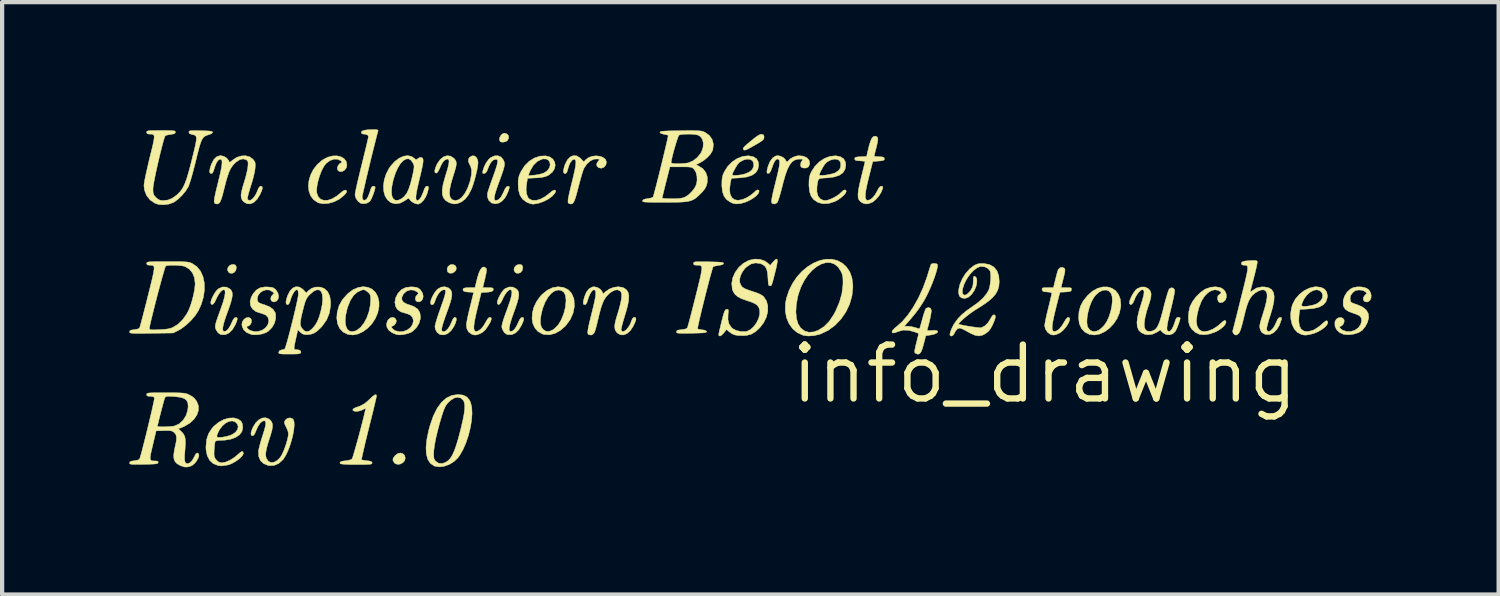
<source format=kicad_pcb>
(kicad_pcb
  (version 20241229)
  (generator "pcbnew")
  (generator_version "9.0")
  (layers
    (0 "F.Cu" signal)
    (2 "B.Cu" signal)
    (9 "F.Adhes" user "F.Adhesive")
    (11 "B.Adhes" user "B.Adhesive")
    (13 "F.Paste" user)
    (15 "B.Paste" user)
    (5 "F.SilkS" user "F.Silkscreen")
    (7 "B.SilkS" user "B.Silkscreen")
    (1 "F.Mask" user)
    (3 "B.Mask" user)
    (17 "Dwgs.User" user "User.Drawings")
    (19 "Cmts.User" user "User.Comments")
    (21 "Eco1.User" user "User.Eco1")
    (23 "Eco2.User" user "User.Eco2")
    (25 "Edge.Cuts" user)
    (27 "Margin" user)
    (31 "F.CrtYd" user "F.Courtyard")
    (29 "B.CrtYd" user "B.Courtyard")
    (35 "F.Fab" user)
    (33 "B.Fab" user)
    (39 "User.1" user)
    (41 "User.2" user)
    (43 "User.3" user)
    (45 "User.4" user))
  (footprint "info_drawing"
    (layer "F.Cu")
    (at 21.574 5.762)
    (property "Reference" "info_drawing" (at 0 0 0) (layer "F.SilkS") (effects (font (size 1.27 1.27) (thickness 0.15))))
    (attr through_hole)
    (fp_poly (pts (xy -19.077 -2.566) (xy -19.058 -2.533) (xy -19.054 -2.506) (xy -19.064 -2.442) (xy -19.099 -2.394) (xy -19.149 -2.37) (xy -19.204 -2.374) (xy -19.236 -2.396) (xy -19.262 -2.446) (xy -19.254 -2.499) (xy -19.221 -2.546) (xy -19.168 -2.575) (xy -19.121 -2.579) (xy -19.077 -2.566)) (stroke (width 0.01) (type solid)) (fill yes) (layer "F.SilkS"))
    (fp_poly (pts (xy -13.885 -2.544) (xy -13.868 -2.499) (xy -13.876 -2.444) (xy -13.912 -2.402) (xy -13.963 -2.375) (xy -14.017 -2.371) (xy -14.062 -2.393) (xy -14.075 -2.412) (xy -14.086 -2.471) (xy -14.064 -2.529) (xy -14.016 -2.568) (xy -13.999 -2.574) (xy -13.932 -2.575) (xy -13.885 -2.544)) (stroke (width 0.01) (type solid)) (fill yes) (layer "F.SilkS"))
    (fp_poly (pts (xy -12.325 -2.566) (xy -12.306 -2.533) (xy -12.302 -2.506) (xy -12.312 -2.442) (xy -12.347 -2.394) (xy -12.397 -2.37) (xy -12.452 -2.374) (xy -12.484 -2.396) (xy -12.51 -2.446) (xy -12.502 -2.499) (xy -12.469 -2.546) (xy -12.416 -2.575) (xy -12.368 -2.579) (xy -12.325 -2.566)) (stroke (width 0.01) (type solid)) (fill yes) (layer "F.SilkS"))
    (fp_poly (pts (xy -12.676 -5.656) (xy -12.64 -5.615) (xy -12.634 -5.559) (xy -12.662 -5.502) (xy -12.67 -5.494) (xy -12.712 -5.471) (xy -12.768 -5.461) (xy -12.818 -5.466) (xy -12.834 -5.475) (xy -12.852 -5.519) (xy -12.843 -5.575) (xy -12.813 -5.628) (xy -12.77 -5.664) (xy -12.737 -5.673) (xy -12.676 -5.656)) (stroke (width 0.01) (type solid)) (fill yes) (layer "F.SilkS"))
    (fp_poly (pts (xy -15.13 1.88) (xy -15.087 1.921) (xy -15.071 1.986) (xy -15.071 1.987) (xy -15.088 2.049) (xy -15.132 2.097) (xy -15.192 2.127) (xy -15.255 2.134) (xy -15.311 2.114) (xy -15.334 2.091) (xy -15.361 2.042) (xy -15.361 2) (xy -15.331 1.951) (xy -15.312 1.928) (xy -15.253 1.881) (xy -15.189 1.865) (xy -15.13 1.88)) (stroke (width 0.01) (type solid)) (fill yes) (layer "F.SilkS"))
    (fp_poly (pts (xy -6.669 -5.647) (xy -6.63 -5.635) (xy -6.615 -5.601) (xy -6.615 -5.578) (xy -6.618 -5.55) (xy -6.631 -5.524) (xy -6.661 -5.496) (xy -6.714 -5.46) (xy -6.795 -5.412) (xy -6.826 -5.394) (xy -6.926 -5.337) (xy -6.996 -5.3) (xy -7.043 -5.279) (xy -7.072 -5.273) (xy -7.091 -5.279) (xy -7.098 -5.285) (xy -7.108 -5.301) (xy -7.105 -5.32) (xy -7.083 -5.349) (xy -7.039 -5.391) (xy -6.968 -5.452) (xy -6.918 -5.493) (xy -6.827 -5.567) (xy -6.76 -5.614) (xy -6.712 -5.64) (xy -6.676 -5.648) (xy -6.669 -5.647)) (stroke (width 0.01) (type solid)) (fill yes) (layer "F.SilkS"))
    (fp_poly (pts (xy -11.337 -2.035) (xy -11.232 -1.984) (xy -11.153 -1.9) (xy -11.102 -1.785) (xy -11.093 -1.745) (xy -11.085 -1.589) (xy -11.116 -1.431) (xy -11.184 -1.279) (xy -11.287 -1.139) (xy -11.3 -1.124) (xy -11.42 -1.021) (xy -11.546 -0.952) (xy -11.673 -0.921) (xy -11.797 -0.928) (xy -11.843 -0.941) (xy -11.943 -0.998) (xy -12.017 -1.082) (xy -12.064 -1.186) (xy -12.079 -1.279) (xy -11.886 -1.279) (xy -11.884 -1.176) (xy -11.86 -1.097) (xy -11.821 -1.045) (xy -11.754 -1.003) (xy -11.679 -1) (xy -11.593 -1.037) (xy -11.554 -1.065) (xy -11.468 -1.152) (xy -11.395 -1.271) (xy -11.337 -1.413) (xy -11.298 -1.567) (xy -11.282 -1.724) (xy -11.282 -1.739) (xy -11.295 -1.848) (xy -11.333 -1.925) (xy -11.396 -1.967) (xy -11.458 -1.977) (xy -11.545 -1.957) (xy -11.629 -1.899) (xy -11.707 -1.807) (xy -11.776 -1.688) (xy -11.832 -1.545) (xy -11.866 -1.412) (xy -11.886 -1.279) (xy -12.079 -1.279) (xy -12.083 -1.307) (xy -12.075 -1.436) (xy -12.041 -1.57) (xy -11.978 -1.702) (xy -11.889 -1.826) (xy -11.849 -1.869) (xy -11.725 -1.971) (xy -11.599 -2.032) (xy -11.468 -2.053) (xy -11.466 -2.053) (xy -11.337 -2.035)) (stroke (width 0.01) (type solid)) (fill yes) (layer "F.SilkS"))
    (fp_poly (pts (xy -15.951 -2.04) (xy -15.853 -1.995) (xy -15.774 -1.92) (xy -15.718 -1.819) (xy -15.69 -1.693) (xy -15.691 -1.582) (xy -15.72 -1.438) (xy -15.778 -1.303) (xy -15.858 -1.18) (xy -15.957 -1.076) (xy -16.068 -0.994) (xy -16.186 -0.939) (xy -16.307 -0.916) (xy -16.424 -0.929) (xy -16.426 -0.93) (xy -16.534 -0.983) (xy -16.614 -1.066) (xy -16.666 -1.176) (xy -16.678 -1.257) (xy -16.487 -1.257) (xy -16.477 -1.149) (xy -16.448 -1.067) (xy -16.399 -1.014) (xy -16.333 -0.994) (xy -16.25 -1.01) (xy -16.215 -1.026) (xy -16.127 -1.093) (xy -16.047 -1.193) (xy -15.979 -1.319) (xy -15.928 -1.462) (xy -15.896 -1.614) (xy -15.888 -1.722) (xy -15.888 -1.799) (xy -15.894 -1.849) (xy -15.911 -1.884) (xy -15.943 -1.918) (xy -15.957 -1.93) (xy -16.011 -1.971) (xy -16.055 -1.983) (xy -16.084 -1.979) (xy -16.196 -1.931) (xy -16.29 -1.848) (xy -16.368 -1.728) (xy -16.431 -1.569) (xy -16.439 -1.542) (xy -16.474 -1.389) (xy -16.487 -1.257) (xy -16.678 -1.257) (xy -16.686 -1.309) (xy -16.676 -1.449) (xy -16.632 -1.607) (xy -16.551 -1.751) (xy -16.431 -1.886) (xy -16.425 -1.892) (xy -16.303 -1.983) (xy -16.181 -2.036) (xy -16.061 -2.055) (xy -15.951 -2.04)) (stroke (width 0.01) (type solid)) (fill yes) (layer "F.SilkS"))
    (fp_poly (pts (xy 1.585 -2.018) (xy 1.673 -1.959) (xy 1.74 -1.872) (xy 1.783 -1.76) (xy 1.796 -1.624) (xy 1.793 -1.582) (xy 1.764 -1.438) (xy 1.706 -1.302) (xy 1.625 -1.18) (xy 1.526 -1.075) (xy 1.415 -0.993) (xy 1.296 -0.938) (xy 1.175 -0.916) (xy 1.058 -0.93) (xy 1.057 -0.93) (xy 0.949 -0.983) (xy 0.869 -1.067) (xy 0.818 -1.178) (xy 0.813 -1.213) (xy 0.995 -1.213) (xy 1.007 -1.125) (xy 1.019 -1.094) (xy 1.074 -1.026) (xy 1.144 -0.997) (xy 1.228 -1.008) (xy 1.269 -1.026) (xy 1.318 -1.06) (xy 1.375 -1.113) (xy 1.406 -1.147) (xy 1.465 -1.235) (xy 1.516 -1.346) (xy 1.556 -1.47) (xy 1.583 -1.597) (xy 1.595 -1.717) (xy 1.59 -1.82) (xy 1.569 -1.89) (xy 1.517 -1.95) (xy 1.449 -1.976) (xy 1.371 -1.969) (xy 1.288 -1.93) (xy 1.208 -1.862) (xy 1.153 -1.791) (xy 1.099 -1.691) (xy 1.054 -1.572) (xy 1.021 -1.447) (xy 1 -1.323) (xy 0.995 -1.213) (xy 0.813 -1.213) (xy 0.8 -1.307) (xy 0.809 -1.464) (xy 0.845 -1.598) (xy 0.911 -1.722) (xy 1.013 -1.848) (xy 1.128 -1.95) (xy 1.248 -2.016) (xy 1.368 -2.049) (xy 1.482 -2.049) (xy 1.585 -2.018)) (stroke (width 0.01) (type solid)) (fill yes) (layer "F.SilkS"))
    (fp_poly (pts (xy -16.591 -5.118) (xy -16.516 -5.075) (xy -16.465 -5.01) (xy -16.447 -4.924) (xy -16.447 -4.922) (xy -16.461 -4.856) (xy -16.5 -4.804) (xy -16.551 -4.772) (xy -16.606 -4.765) (xy -16.654 -4.79) (xy -16.659 -4.796) (xy -16.674 -4.843) (xy -16.661 -4.899) (xy -16.624 -4.949) (xy -16.6 -4.965) (xy -16.567 -4.985) (xy -16.571 -5.003) (xy -16.589 -5.021) (xy -16.664 -5.059) (xy -16.751 -5.061) (xy -16.843 -5.029) (xy -16.934 -4.963) (xy -16.937 -4.96) (xy -16.991 -4.889) (xy -17.044 -4.788) (xy -17.091 -4.667) (xy -17.128 -4.54) (xy -17.153 -4.417) (xy -17.161 -4.311) (xy -17.156 -4.262) (xy -17.123 -4.173) (xy -17.065 -4.116) (xy -16.988 -4.089) (xy -16.895 -4.093) (xy -16.791 -4.128) (xy -16.682 -4.194) (xy -16.607 -4.255) (xy -16.544 -4.307) (xy -16.496 -4.331) (xy -16.479 -4.332) (xy -16.452 -4.313) (xy -16.454 -4.284) (xy -16.486 -4.239) (xy -16.524 -4.2) (xy -16.628 -4.117) (xy -16.749 -4.056) (xy -16.877 -4.019) (xy -17.001 -4.009) (xy -17.111 -4.029) (xy -17.136 -4.039) (xy -17.233 -4.106) (xy -17.302 -4.197) (xy -17.342 -4.307) (xy -17.355 -4.43) (xy -17.341 -4.559) (xy -17.302 -4.69) (xy -17.237 -4.817) (xy -17.147 -4.933) (xy -17.034 -5.033) (xy -17.01 -5.049) (xy -16.9 -5.106) (xy -16.79 -5.136) (xy -16.684 -5.139) (xy -16.591 -5.118)) (stroke (width 0.01) (type solid)) (fill yes) (layer "F.SilkS"))
    (fp_poly (pts (xy -12.534 -2.045) (xy -12.454 -2.003) (xy -12.452 -2.002) (xy -12.418 -1.964) (xy -12.399 -1.917) (xy -12.395 -1.855) (xy -12.407 -1.774) (xy -12.436 -1.668) (xy -12.482 -1.532) (xy -12.508 -1.46) (xy -12.563 -1.306) (xy -12.599 -1.186) (xy -12.619 -1.098) (xy -12.622 -1.04) (xy -12.608 -1.008) (xy -12.592 -1) (xy -12.542 -1.01) (xy -12.49 -1.059) (xy -12.439 -1.143) (xy -12.415 -1.196) (xy -12.378 -1.275) (xy -12.345 -1.318) (xy -12.32 -1.33) (xy -12.287 -1.324) (xy -12.278 -1.291) (xy -12.295 -1.229) (xy -12.327 -1.154) (xy -12.395 -1.041) (xy -12.473 -0.964) (xy -12.559 -0.924) (xy -12.649 -0.923) (xy -12.681 -0.933) (xy -12.735 -0.97) (xy -12.776 -1.038) (xy -12.792 -1.083) (xy -12.796 -1.111) (xy -12.791 -1.153) (xy -12.777 -1.213) (xy -12.751 -1.296) (xy -12.712 -1.407) (xy -12.659 -1.553) (xy -12.655 -1.564) (xy -12.602 -1.715) (xy -12.57 -1.83) (xy -12.558 -1.912) (xy -12.564 -1.963) (xy -12.587 -1.984) (xy -12.625 -1.976) (xy -12.672 -1.936) (xy -12.72 -1.871) (xy -12.764 -1.79) (xy -12.773 -1.767) (xy -12.812 -1.689) (xy -12.848 -1.643) (xy -12.88 -1.632) (xy -12.903 -1.659) (xy -12.903 -1.66) (xy -12.902 -1.704) (xy -12.881 -1.769) (xy -12.845 -1.844) (xy -12.801 -1.918) (xy -12.754 -1.978) (xy -12.717 -2.01) (xy -12.623 -2.048) (xy -12.534 -2.045)) (stroke (width 0.01) (type solid)) (fill yes) (layer "F.SilkS"))
    (fp_poly (pts (xy 4.136 -2.034) (xy 4.184 -2.012) (xy 4.245 -1.956) (xy 4.279 -1.885) (xy 4.285 -1.811) (xy 4.263 -1.744) (xy 4.211 -1.695) (xy 4.2 -1.689) (xy 4.138 -1.676) (xy 4.096 -1.7) (xy 4.076 -1.758) (xy 4.075 -1.78) (xy 4.083 -1.837) (xy 4.114 -1.869) (xy 4.122 -1.873) (xy 4.158 -1.899) (xy 4.153 -1.928) (xy 4.106 -1.961) (xy 4.097 -1.966) (xy 4.017 -1.982) (xy 3.931 -1.963) (xy 3.846 -1.91) (xy 3.767 -1.829) (xy 3.701 -1.724) (xy 3.691 -1.704) (xy 3.636 -1.56) (xy 3.597 -1.41) (xy 3.578 -1.27) (xy 3.577 -1.235) (xy 3.592 -1.131) (xy 3.633 -1.054) (xy 3.697 -1.007) (xy 3.764 -0.995) (xy 3.858 -1.011) (xy 3.964 -1.054) (xy 4.067 -1.118) (xy 4.146 -1.185) (xy 4.196 -1.231) (xy 4.236 -1.257) (xy 4.254 -1.26) (xy 4.276 -1.227) (xy 4.264 -1.18) (xy 4.224 -1.125) (xy 4.16 -1.068) (xy 4.077 -1.014) (xy 4.022 -0.987) (xy 3.883 -0.939) (xy 3.753 -0.921) (xy 3.641 -0.934) (xy 3.547 -0.981) (xy 3.466 -1.056) (xy 3.416 -1.137) (xy 3.393 -1.226) (xy 3.387 -1.338) (xy 3.397 -1.457) (xy 3.421 -1.57) (xy 3.43 -1.597) (xy 3.488 -1.708) (xy 3.571 -1.819) (xy 3.671 -1.917) (xy 3.774 -1.99) (xy 3.799 -2.003) (xy 3.916 -2.042) (xy 4.032 -2.052) (xy 4.136 -2.034)) (stroke (width 0.01) (type solid)) (fill yes) (layer "F.SilkS"))
    (fp_poly (pts (xy -19.286 -2.045) (xy -19.206 -2.003) (xy -19.205 -2.002) (xy -19.17 -1.964) (xy -19.151 -1.917) (xy -19.147 -1.855) (xy -19.159 -1.774) (xy -19.188 -1.668) (xy -19.234 -1.532) (xy -19.26 -1.46) (xy -19.315 -1.306) (xy -19.352 -1.186) (xy -19.371 -1.098) (xy -19.374 -1.04) (xy -19.36 -1.008) (xy -19.344 -1) (xy -19.294 -1.01) (xy -19.242 -1.059) (xy -19.191 -1.143) (xy -19.167 -1.196) (xy -19.13 -1.275) (xy -19.097 -1.318) (xy -19.072 -1.33) (xy -19.039 -1.324) (xy -19.03 -1.291) (xy -19.047 -1.229) (xy -19.079 -1.154) (xy -19.147 -1.041) (xy -19.226 -0.963) (xy -19.312 -0.924) (xy -19.403 -0.924) (xy -19.434 -0.933) (xy -19.483 -0.968) (xy -19.524 -1.026) (xy -19.527 -1.031) (xy -19.541 -1.063) (xy -19.549 -1.093) (xy -19.549 -1.129) (xy -19.542 -1.175) (xy -19.524 -1.239) (xy -19.495 -1.325) (xy -19.453 -1.441) (xy -19.415 -1.545) (xy -19.364 -1.694) (xy -19.331 -1.815) (xy -19.317 -1.906) (xy -19.321 -1.963) (xy -19.339 -1.983) (xy -19.377 -1.976) (xy -19.423 -1.936) (xy -19.472 -1.872) (xy -19.516 -1.791) (xy -19.526 -1.767) (xy -19.564 -1.689) (xy -19.6 -1.643) (xy -19.632 -1.632) (xy -19.655 -1.659) (xy -19.655 -1.66) (xy -19.654 -1.704) (xy -19.633 -1.769) (xy -19.597 -1.844) (xy -19.553 -1.918) (xy -19.506 -1.978) (xy -19.469 -2.01) (xy -19.376 -2.048) (xy -19.286 -2.045)) (stroke (width 0.01) (type solid)) (fill yes) (layer "F.SilkS"))
    (fp_poly (pts (xy -14.062 -2.031) (xy -14.022 -2.001) (xy -13.99 -1.959) (xy -13.974 -1.907) (xy -13.974 -1.839) (xy -13.991 -1.75) (xy -14.025 -1.635) (xy -14.074 -1.495) (xy -14.13 -1.341) (xy -14.171 -1.221) (xy -14.198 -1.132) (xy -14.211 -1.069) (xy -14.212 -1.029) (xy -14.201 -1.006) (xy -14.178 -0.996) (xy -14.16 -0.995) (xy -14.115 -1.014) (xy -14.065 -1.064) (xy -14.017 -1.138) (xy -13.977 -1.226) (xy -13.976 -1.229) (xy -13.944 -1.3) (xy -13.913 -1.331) (xy -13.902 -1.333) (xy -13.871 -1.317) (xy -13.867 -1.271) (xy -13.888 -1.197) (xy -13.922 -1.121) (xy -13.99 -1.02) (xy -14.068 -0.951) (xy -14.153 -0.918) (xy -14.239 -0.923) (xy -14.259 -0.93) (xy -14.322 -0.978) (xy -14.362 -1.051) (xy -14.372 -1.114) (xy -14.365 -1.156) (xy -14.345 -1.23) (xy -14.316 -1.327) (xy -14.278 -1.439) (xy -14.245 -1.533) (xy -14.191 -1.685) (xy -14.152 -1.802) (xy -14.129 -1.887) (xy -14.121 -1.943) (xy -14.128 -1.974) (xy -14.15 -1.984) (xy -14.186 -1.976) (xy -14.214 -1.965) (xy -14.259 -1.927) (xy -14.307 -1.861) (xy -14.349 -1.778) (xy -14.379 -1.692) (xy -14.38 -1.688) (xy -14.403 -1.645) (xy -14.435 -1.628) (xy -14.465 -1.638) (xy -14.478 -1.676) (xy -14.478 -1.677) (xy -14.464 -1.743) (xy -14.43 -1.825) (xy -14.383 -1.907) (xy -14.331 -1.975) (xy -14.31 -1.996) (xy -14.228 -2.043) (xy -14.142 -2.054) (xy -14.062 -2.031)) (stroke (width 0.01) (type solid)) (fill yes) (layer "F.SilkS"))
    (fp_poly (pts (xy -12.813 -5.109) (xy -12.758 -5.041) (xy -12.751 -5.025) (xy -12.738 -4.991) (xy -12.732 -4.957) (xy -12.734 -4.917) (xy -12.745 -4.864) (xy -12.765 -4.793) (xy -12.798 -4.697) (xy -12.843 -4.57) (xy -12.87 -4.497) (xy -12.921 -4.353) (xy -12.955 -4.244) (xy -12.972 -4.166) (xy -12.972 -4.116) (xy -12.956 -4.09) (xy -12.935 -4.085) (xy -12.872 -4.106) (xy -12.814 -4.169) (xy -12.759 -4.274) (xy -12.754 -4.286) (xy -12.717 -4.366) (xy -12.683 -4.409) (xy -12.659 -4.42) (xy -12.63 -4.421) (xy -12.618 -4.406) (xy -12.623 -4.37) (xy -12.645 -4.304) (xy -12.658 -4.27) (xy -12.712 -4.162) (xy -12.783 -4.079) (xy -12.863 -4.027) (xy -12.947 -4.007) (xy -13.03 -4.025) (xy -13.041 -4.031) (xy -13.101 -4.087) (xy -13.134 -4.166) (xy -13.134 -4.254) (xy -13.133 -4.257) (xy -13.121 -4.301) (xy -13.097 -4.375) (xy -13.064 -4.472) (xy -13.025 -4.582) (xy -13.004 -4.639) (xy -12.954 -4.78) (xy -12.919 -4.886) (xy -12.899 -4.963) (xy -12.893 -5.013) (xy -12.9 -5.043) (xy -12.92 -5.057) (xy -12.94 -5.059) (xy -13.001 -5.038) (xy -13.057 -4.979) (xy -13.106 -4.883) (xy -13.12 -4.846) (xy -13.148 -4.776) (xy -13.175 -4.738) (xy -13.208 -4.724) (xy -13.24 -4.723) (xy -13.249 -4.742) (xy -13.243 -4.783) (xy -13.212 -4.88) (xy -13.164 -4.976) (xy -13.105 -5.056) (xy -13.061 -5.096) (xy -12.971 -5.138) (xy -12.886 -5.141) (xy -12.813 -5.109)) (stroke (width 0.01) (type solid)) (fill yes) (layer "F.SilkS"))
    (fp_poly (pts (xy -15.757 -5.756) (xy -15.722 -5.749) (xy -15.711 -5.735) (xy -15.714 -5.72) (xy -15.731 -5.66) (xy -15.755 -5.569) (xy -15.784 -5.453) (xy -15.818 -5.318) (xy -15.855 -5.169) (xy -15.893 -5.013) (xy -15.931 -4.854) (xy -15.968 -4.7) (xy -16.002 -4.554) (xy -16.032 -4.424) (xy -16.057 -4.315) (xy -16.075 -4.232) (xy -16.085 -4.182) (xy -16.087 -4.17) (xy -16.074 -4.112) (xy -16.043 -4.089) (xy -16.001 -4.104) (xy -15.977 -4.127) (xy -15.949 -4.175) (xy -15.92 -4.246) (xy -15.902 -4.3) (xy -15.878 -4.375) (xy -15.854 -4.414) (xy -15.83 -4.424) (xy -15.793 -4.416) (xy -15.782 -4.407) (xy -15.783 -4.377) (xy -15.797 -4.32) (xy -15.82 -4.249) (xy -15.849 -4.175) (xy -15.878 -4.111) (xy -15.904 -4.068) (xy -15.909 -4.063) (xy -15.973 -4.024) (xy -16.052 -4.009) (xy -16.121 -4.02) (xy -16.185 -4.067) (xy -16.234 -4.138) (xy -16.256 -4.216) (xy -16.256 -4.224) (xy -16.251 -4.261) (xy -16.237 -4.334) (xy -16.215 -4.437) (xy -16.186 -4.563) (xy -16.151 -4.708) (xy -16.113 -4.865) (xy -16.097 -4.929) (xy -16.058 -5.088) (xy -16.022 -5.234) (xy -15.991 -5.362) (xy -15.966 -5.467) (xy -15.949 -5.545) (xy -15.939 -5.588) (xy -15.938 -5.595) (xy -15.958 -5.629) (xy -16.012 -5.648) (xy -16.057 -5.652) (xy -16.098 -5.663) (xy -16.108 -5.691) (xy -16.092 -5.721) (xy -16.042 -5.741) (xy -15.955 -5.753) (xy -15.829 -5.757) (xy -15.826 -5.757) (xy -15.757 -5.756)) (stroke (width 0.01) (type solid)) (fill yes) (layer "F.SilkS"))
    (fp_poly (pts (xy -15.748 0.519) (xy -15.753 0.546) (xy -15.767 0.61) (xy -15.789 0.704) (xy -15.818 0.826) (xy -15.853 0.968) (xy -15.893 1.128) (xy -15.931 1.282) (xy -15.973 1.451) (xy -16.011 1.607) (xy -16.043 1.745) (xy -16.07 1.86) (xy -16.089 1.948) (xy -16.1 2.004) (xy -16.102 2.023) (xy -16.077 2.032) (xy -16.022 2.041) (xy -15.972 2.047) (xy -15.903 2.057) (xy -15.867 2.07) (xy -15.854 2.091) (xy -15.854 2.098) (xy -15.856 2.113) (xy -15.868 2.123) (xy -15.894 2.13) (xy -15.94 2.134) (xy -16.013 2.137) (xy -16.118 2.138) (xy -16.223 2.138) (xy -16.36 2.137) (xy -16.471 2.133) (xy -16.552 2.128) (xy -16.597 2.121) (xy -16.605 2.117) (xy -16.611 2.087) (xy -16.584 2.066) (xy -16.519 2.053) (xy -16.478 2.049) (xy -16.404 2.037) (xy -16.347 2.019) (xy -16.327 2.006) (xy -16.316 1.981) (xy -16.296 1.92) (xy -16.27 1.831) (xy -16.238 1.719) (xy -16.202 1.591) (xy -16.164 1.453) (xy -16.126 1.311) (xy -16.09 1.171) (xy -16.056 1.039) (xy -16.028 0.922) (xy -16.005 0.826) (xy -16.003 0.812) (xy -16.019 0.819) (xy -16.062 0.839) (xy -16.085 0.851) (xy -16.153 0.875) (xy -16.22 0.885) (xy -16.275 0.879) (xy -16.306 0.859) (xy -16.309 0.847) (xy -16.291 0.82) (xy -16.247 0.797) (xy -16.245 0.797) (xy -16.128 0.755) (xy -16.035 0.705) (xy -15.949 0.634) (xy -15.915 0.601) (xy -15.84 0.53) (xy -15.787 0.494) (xy -15.757 0.492) (xy -15.748 0.519)) (stroke (width 0.01) (type solid)) (fill yes) (layer "F.SilkS"))
    (fp_poly (pts (xy -11.665 -5.113) (xy -11.593 -5.062) (xy -11.55 -4.993) (xy -11.537 -4.914) (xy -11.556 -4.832) (xy -11.606 -4.754) (xy -11.689 -4.686) (xy -11.71 -4.675) (xy -11.774 -4.648) (xy -11.853 -4.631) (xy -11.957 -4.621) (xy -11.994 -4.619) (xy -12.189 -4.609) (xy -12.212 -4.476) (xy -12.223 -4.35) (xy -12.212 -4.242) (xy -12.18 -4.159) (xy -12.148 -4.122) (xy -12.076 -4.09) (xy -11.985 -4.089) (xy -11.883 -4.119) (xy -11.775 -4.177) (xy -11.675 -4.255) (xy -11.608 -4.309) (xy -11.561 -4.332) (xy -11.545 -4.331) (xy -11.526 -4.318) (xy -11.528 -4.295) (xy -11.55 -4.254) (xy -11.61 -4.185) (xy -11.701 -4.119) (xy -11.81 -4.063) (xy -11.926 -4.022) (xy -12.037 -4.002) (xy -12.066 -4) (xy -12.118 -4.01) (xy -12.185 -4.035) (xy -12.215 -4.05) (xy -12.305 -4.117) (xy -12.367 -4.209) (xy -12.402 -4.33) (xy -12.411 -4.466) (xy -12.409 -4.56) (xy -12.398 -4.632) (xy -12.385 -4.672) (xy -12.172 -4.672) (xy -12.025 -4.684) (xy -11.922 -4.699) (xy -11.829 -4.725) (xy -11.79 -4.741) (xy -11.718 -4.793) (xy -11.674 -4.857) (xy -11.656 -4.923) (xy -11.664 -4.985) (xy -11.695 -5.035) (xy -11.748 -5.064) (xy -11.822 -5.066) (xy -11.849 -5.06) (xy -11.957 -5.009) (xy -12.048 -4.922) (xy -12.122 -4.797) (xy -12.149 -4.733) (xy -12.172 -4.672) (xy -12.385 -4.672) (xy -12.375 -4.701) (xy -12.342 -4.772) (xy -12.258 -4.904) (xy -12.151 -5.011) (xy -12.027 -5.088) (xy -11.894 -5.132) (xy -11.765 -5.138) (xy -11.665 -5.113)) (stroke (width 0.01) (type solid)) (fill yes) (layer "F.SilkS"))
    (fp_poly (pts (xy -11.031 -5.138) (xy -10.953 -5.091) (xy -10.932 -5.071) (xy -10.864 -4.998) (xy -10.816 -5.049) (xy -10.747 -5.099) (xy -10.664 -5.129) (xy -10.574 -5.139) (xy -10.487 -5.129) (xy -10.412 -5.103) (xy -10.356 -5.059) (xy -10.33 -5.001) (xy -10.329 -4.986) (xy -10.346 -4.919) (xy -10.39 -4.869) (xy -10.449 -4.847) (xy -10.453 -4.847) (xy -10.519 -4.862) (xy -10.556 -4.902) (xy -10.559 -4.955) (xy -10.524 -5.013) (xy -10.522 -5.014) (xy -10.495 -5.044) (xy -10.503 -5.058) (xy -10.537 -5.065) (xy -10.621 -5.061) (xy -10.707 -5.021) (xy -10.788 -4.95) (xy -10.855 -4.854) (xy -10.86 -4.844) (xy -10.878 -4.798) (xy -10.904 -4.719) (xy -10.934 -4.616) (xy -10.966 -4.499) (xy -10.988 -4.414) (xy -11.026 -4.267) (xy -11.057 -4.158) (xy -11.085 -4.081) (xy -11.111 -4.033) (xy -11.139 -4.008) (xy -11.17 -4.003) (xy -11.208 -4.012) (xy -11.213 -4.015) (xy -11.228 -4.026) (xy -11.236 -4.05) (xy -11.235 -4.091) (xy -11.226 -4.154) (xy -11.208 -4.243) (xy -11.18 -4.364) (xy -11.144 -4.508) (xy -11.103 -4.679) (xy -11.073 -4.813) (xy -11.056 -4.914) (xy -11.05 -4.985) (xy -11.056 -5.031) (xy -11.072 -5.054) (xy -11.092 -5.059) (xy -11.135 -5.039) (xy -11.179 -4.984) (xy -11.217 -4.901) (xy -11.24 -4.822) (xy -11.26 -4.757) (xy -11.283 -4.726) (xy -11.305 -4.72) (xy -11.337 -4.736) (xy -11.344 -4.784) (xy -11.327 -4.865) (xy -11.302 -4.941) (xy -11.249 -5.045) (xy -11.183 -5.113) (xy -11.109 -5.145) (xy -11.031 -5.138)) (stroke (width 0.01) (type solid)) (fill yes) (layer "F.SilkS"))
    (fp_poly (pts (xy -4.885 -2.67) (xy -4.763 -2.604) (xy -4.67 -2.517) (xy -4.592 -2.399) (xy -4.543 -2.261) (xy -4.522 -2.098) (xy -4.521 -2.043) (xy -4.542 -1.839) (xy -4.598 -1.642) (xy -4.687 -1.456) (xy -4.804 -1.287) (xy -4.945 -1.141) (xy -5.106 -1.023) (xy -5.284 -0.939) (xy -5.315 -0.929) (xy -5.445 -0.9) (xy -5.573 -0.892) (xy -5.683 -0.906) (xy -5.694 -0.909) (xy -5.829 -0.971) (xy -5.941 -1.064) (xy -6.027 -1.185) (xy -6.086 -1.327) (xy -6.108 -1.455) (xy -5.864 -1.455) (xy -5.85 -1.303) (xy -5.812 -1.177) (xy -5.751 -1.082) (xy -5.661 -1.011) (xy -5.558 -0.98) (xy -5.442 -0.989) (xy -5.339 -1.026) (xy -5.201 -1.113) (xy -5.077 -1.239) (xy -4.967 -1.404) (xy -4.923 -1.489) (xy -4.835 -1.697) (xy -4.78 -1.893) (xy -4.756 -2.085) (xy -4.753 -2.149) (xy -4.755 -2.245) (xy -4.764 -2.315) (xy -4.783 -2.376) (xy -4.806 -2.424) (xy -4.876 -2.526) (xy -4.961 -2.591) (xy -5.056 -2.622) (xy -5.159 -2.62) (xy -5.266 -2.588) (xy -5.374 -2.528) (xy -5.479 -2.442) (xy -5.578 -2.332) (xy -5.668 -2.199) (xy -5.745 -2.047) (xy -5.805 -1.876) (xy -5.821 -1.815) (xy -5.855 -1.627) (xy -5.864 -1.455) (xy -6.108 -1.455) (xy -6.114 -1.487) (xy -6.11 -1.658) (xy -6.088 -1.778) (xy -6.026 -1.965) (xy -5.941 -2.135) (xy -5.837 -2.287) (xy -5.717 -2.419) (xy -5.585 -2.528) (xy -5.445 -2.613) (xy -5.302 -2.672) (xy -5.158 -2.702) (xy -5.018 -2.703) (xy -4.885 -2.67)) (stroke (width 0.01) (type solid)) (fill yes) (layer "F.SilkS"))
    (fp_poly (pts (xy -13.709 0.501) (xy -13.621 0.544) (xy -13.558 0.619) (xy -13.532 0.673) (xy -13.504 0.79) (xy -13.497 0.935) (xy -13.509 1.1) (xy -13.539 1.275) (xy -13.583 1.453) (xy -13.641 1.625) (xy -13.71 1.784) (xy -13.789 1.921) (xy -13.832 1.98) (xy -13.925 2.069) (xy -14.035 2.136) (xy -14.154 2.179) (xy -14.271 2.193) (xy -14.376 2.176) (xy -14.393 2.169) (xy -14.48 2.109) (xy -14.54 2.017) (xy -14.574 1.892) (xy -14.576 1.866) (xy -14.401 1.866) (xy -14.401 1.947) (xy -14.393 1.999) (xy -14.374 2.037) (xy -14.353 2.062) (xy -14.284 2.107) (xy -14.202 2.114) (xy -14.118 2.085) (xy -14.062 2.047) (xy -14.011 1.993) (xy -13.963 1.918) (xy -13.917 1.818) (xy -13.871 1.689) (xy -13.822 1.528) (xy -13.77 1.33) (xy -13.758 1.283) (xy -13.715 1.097) (xy -13.686 0.947) (xy -13.671 0.828) (xy -13.67 0.736) (xy -13.682 0.668) (xy -13.701 0.628) (xy -13.76 0.571) (xy -13.832 0.552) (xy -13.915 0.569) (xy -14.003 0.624) (xy -14.046 0.663) (xy -14.088 0.709) (xy -14.121 0.757) (xy -14.15 0.818) (xy -14.182 0.903) (xy -14.21 0.99) (xy -14.264 1.172) (xy -14.312 1.353) (xy -14.352 1.524) (xy -14.381 1.677) (xy -14.398 1.804) (xy -14.401 1.866) (xy -14.576 1.866) (xy -14.582 1.737) (xy -14.564 1.551) (xy -14.52 1.335) (xy -14.487 1.215) (xy -14.411 0.995) (xy -14.321 0.814) (xy -14.218 0.672) (xy -14.102 0.57) (xy -13.973 0.508) (xy -13.831 0.487) (xy -13.825 0.487) (xy -13.709 0.501)) (stroke (width 0.01) (type solid)) (fill yes) (layer "F.SilkS"))
    (fp_poly (pts (xy -6.226 -5.131) (xy -6.161 -5.099) (xy -6.116 -5.056) (xy -6.107 -5.038) (xy -6.084 -5) (xy -6.056 -5.003) (xy -6.039 -5.025) (xy -5.996 -5.068) (xy -5.927 -5.108) (xy -5.85 -5.135) (xy -5.794 -5.143) (xy -5.687 -5.131) (xy -5.606 -5.094) (xy -5.555 -5.038) (xy -5.538 -4.967) (xy -5.541 -4.94) (xy -5.567 -4.88) (xy -5.62 -4.852) (xy -5.677 -4.851) (xy -5.726 -4.862) (xy -5.748 -4.889) (xy -5.754 -4.918) (xy -5.745 -4.983) (xy -5.724 -5.018) (xy -5.7 -5.048) (xy -5.706 -5.059) (xy -5.728 -5.062) (xy -5.814 -5.061) (xy -5.889 -5.041) (xy -5.953 -4.998) (xy -6.009 -4.928) (xy -6.061 -4.828) (xy -6.11 -4.695) (xy -6.159 -4.525) (xy -6.182 -4.434) (xy -6.213 -4.314) (xy -6.243 -4.207) (xy -6.27 -4.12) (xy -6.292 -4.06) (xy -6.303 -4.038) (xy -6.353 -4.005) (xy -6.404 -4.008) (xy -6.433 -4.03) (xy -6.439 -4.05) (xy -6.438 -4.088) (xy -6.428 -4.15) (xy -6.41 -4.24) (xy -6.381 -4.363) (xy -6.351 -4.484) (xy -6.31 -4.648) (xy -6.28 -4.777) (xy -6.26 -4.874) (xy -6.25 -4.945) (xy -6.248 -4.995) (xy -6.254 -5.029) (xy -6.267 -5.051) (xy -6.274 -5.057) (xy -6.31 -5.065) (xy -6.349 -5.033) (xy -6.388 -4.966) (xy -6.424 -4.867) (xy -6.425 -4.866) (xy -6.459 -4.776) (xy -6.493 -4.729) (xy -6.527 -4.724) (xy -6.542 -4.735) (xy -6.548 -4.768) (xy -6.536 -4.834) (xy -6.519 -4.895) (xy -6.473 -5.007) (xy -6.413 -5.088) (xy -6.344 -5.134) (xy -6.294 -5.144) (xy -6.226 -5.131)) (stroke (width 0.01) (type solid)) (fill yes) (layer "F.SilkS"))
    (fp_poly (pts (xy -13.17 -2.492) (xy -13.167 -2.489) (xy -13.157 -2.465) (xy -13.157 -2.423) (xy -13.168 -2.357) (xy -13.19 -2.258) (xy -13.193 -2.245) (xy -13.244 -2.032) (xy -13.12 -2.032) (xy -13.05 -2.03) (xy -13.013 -2.023) (xy -12.998 -2.007) (xy -12.996 -1.99) (xy -13.005 -1.961) (xy -13.034 -1.942) (xy -13.092 -1.929) (xy -13.185 -1.921) (xy -13.186 -1.921) (xy -13.281 -1.916) (xy -13.371 -1.545) (xy -13.411 -1.376) (xy -13.438 -1.242) (xy -13.452 -1.142) (xy -13.454 -1.072) (xy -13.444 -1.027) (xy -13.422 -1.003) (xy -13.407 -0.999) (xy -13.352 -1.011) (xy -13.29 -1.056) (xy -13.228 -1.128) (xy -13.175 -1.218) (xy -13.132 -1.293) (xy -13.095 -1.329) (xy -13.079 -1.333) (xy -13.046 -1.321) (xy -13.043 -1.283) (xy -13.068 -1.218) (xy -13.124 -1.124) (xy -13.185 -1.039) (xy -13.243 -0.984) (xy -13.298 -0.952) (xy -13.371 -0.923) (xy -13.424 -0.914) (xy -13.477 -0.924) (xy -13.515 -0.94) (xy -13.582 -0.991) (xy -13.621 -1.071) (xy -13.631 -1.156) (xy -13.626 -1.201) (xy -13.612 -1.279) (xy -13.591 -1.379) (xy -13.564 -1.495) (xy -13.547 -1.566) (xy -13.518 -1.68) (xy -13.494 -1.778) (xy -13.475 -1.855) (xy -13.464 -1.902) (xy -13.462 -1.915) (xy -13.481 -1.921) (xy -13.529 -1.926) (xy -13.563 -1.926) (xy -13.652 -1.934) (xy -13.702 -1.954) (xy -13.712 -1.989) (xy -13.709 -1.998) (xy -13.691 -2.018) (xy -13.65 -2.028) (xy -13.577 -2.032) (xy -13.562 -2.032) (xy -13.428 -2.032) (xy -13.379 -2.236) (xy -13.341 -2.365) (xy -13.301 -2.456) (xy -13.258 -2.509) (xy -13.214 -2.521) (xy -13.17 -2.492)) (stroke (width 0.01) (type solid)) (fill yes) (layer "F.SilkS"))
    (fp_poly (pts (xy 6.513 -2.039) (xy 6.596 -1.998) (xy 6.647 -1.931) (xy 6.665 -1.841) (xy 6.662 -1.799) (xy 6.632 -1.703) (xy 6.57 -1.63) (xy 6.475 -1.576) (xy 6.345 -1.542) (xy 6.209 -1.529) (xy 6.016 -1.518) (xy 6.003 -1.442) (xy 5.996 -1.375) (xy 5.991 -1.291) (xy 5.99 -1.245) (xy 6.004 -1.134) (xy 6.045 -1.054) (xy 6.111 -1.008) (xy 6.199 -0.996) (xy 6.306 -1.021) (xy 6.344 -1.036) (xy 6.409 -1.074) (xy 6.484 -1.128) (xy 6.537 -1.174) (xy 6.594 -1.225) (xy 6.63 -1.249) (xy 6.653 -1.251) (xy 6.667 -1.239) (xy 6.675 -1.2) (xy 6.65 -1.151) (xy 6.599 -1.096) (xy 6.527 -1.042) (xy 6.442 -0.993) (xy 6.349 -0.954) (xy 6.267 -0.932) (xy 6.192 -0.918) (xy 6.143 -0.913) (xy 6.103 -0.917) (xy 6.056 -0.929) (xy 6.046 -0.932) (xy 5.955 -0.98) (xy 5.883 -1.06) (xy 5.832 -1.165) (xy 5.803 -1.289) (xy 5.798 -1.424) (xy 5.82 -1.564) (xy 5.835 -1.612) (xy 6.056 -1.612) (xy 6.077 -1.593) (xy 6.131 -1.591) (xy 6.196 -1.596) (xy 6.297 -1.613) (xy 6.387 -1.641) (xy 6.424 -1.658) (xy 6.5 -1.716) (xy 6.544 -1.784) (xy 6.555 -1.854) (xy 6.531 -1.918) (xy 6.486 -1.961) (xy 6.418 -1.982) (xy 6.34 -1.969) (xy 6.259 -1.926) (xy 6.182 -1.859) (xy 6.117 -1.771) (xy 6.093 -1.726) (xy 6.063 -1.654) (xy 6.056 -1.612) (xy 5.835 -1.612) (xy 5.843 -1.639) (xy 5.908 -1.762) (xy 6.002 -1.871) (xy 6.115 -1.96) (xy 6.24 -2.022) (xy 6.367 -2.052) (xy 6.399 -2.053) (xy 6.513 -2.039)) (stroke (width 0.01) (type solid)) (fill yes) (layer "F.SilkS"))
    (fp_poly (pts (xy -14.004 -5.132) (xy -13.929 -5.084) (xy -13.926 -5.082) (xy -13.892 -5.041) (xy -13.872 -4.998) (xy -13.868 -4.945) (xy -13.879 -4.873) (xy -13.906 -4.777) (xy -13.938 -4.679) (xy -13.992 -4.498) (xy -14.023 -4.352) (xy -14.029 -4.239) (xy -14.011 -4.157) (xy -13.968 -4.106) (xy -13.902 -4.086) (xy -13.885 -4.085) (xy -13.809 -4.106) (xy -13.735 -4.164) (xy -13.665 -4.255) (xy -13.602 -4.376) (xy -13.55 -4.521) (xy -13.538 -4.564) (xy -13.511 -4.7) (xy -13.508 -4.807) (xy -13.53 -4.891) (xy -13.547 -4.921) (xy -13.583 -5.001) (xy -13.58 -5.067) (xy -13.55 -5.108) (xy -13.492 -5.14) (xy -13.436 -5.135) (xy -13.391 -5.097) (xy -13.362 -5.031) (xy -13.356 -4.975) (xy -13.363 -4.906) (xy -13.38 -4.81) (xy -13.406 -4.697) (xy -13.437 -4.579) (xy -13.47 -4.469) (xy -13.502 -4.378) (xy -13.513 -4.353) (xy -13.582 -4.219) (xy -13.658 -4.122) (xy -13.745 -4.055) (xy -13.767 -4.044) (xy -13.855 -4.01) (xy -13.933 -4.005) (xy -14.018 -4.029) (xy -14.048 -4.042) (xy -14.122 -4.088) (xy -14.172 -4.151) (xy -14.198 -4.233) (xy -14.2 -4.339) (xy -14.178 -4.473) (xy -14.133 -4.638) (xy -14.117 -4.69) (xy -14.074 -4.83) (xy -14.048 -4.934) (xy -14.039 -5.006) (xy -14.047 -5.048) (xy -14.072 -5.063) (xy -14.086 -5.063) (xy -14.141 -5.039) (xy -14.19 -4.986) (xy -14.238 -4.897) (xy -14.255 -4.856) (xy -14.292 -4.779) (xy -14.324 -4.738) (xy -14.345 -4.731) (xy -14.372 -4.747) (xy -14.376 -4.793) (xy -14.358 -4.862) (xy -14.319 -4.949) (xy -14.314 -4.959) (xy -14.247 -5.053) (xy -14.169 -5.115) (xy -14.086 -5.142) (xy -14.004 -5.132)) (stroke (width 0.01) (type solid)) (fill yes) (layer "F.SilkS"))
    (fp_poly (pts (xy -6.971 -5.139) (xy -6.864 -5.116) (xy -6.79 -5.068) (xy -6.75 -4.995) (xy -6.742 -4.925) (xy -6.759 -4.823) (xy -6.811 -4.742) (xy -6.898 -4.681) (xy -7.021 -4.64) (xy -7.182 -4.62) (xy -7.201 -4.619) (xy -7.385 -4.609) (xy -7.41 -4.492) (xy -7.426 -4.351) (xy -7.415 -4.239) (xy -7.376 -4.157) (xy -7.314 -4.106) (xy -7.229 -4.09) (xy -7.124 -4.109) (xy -7.026 -4.151) (xy -6.952 -4.196) (xy -6.886 -4.244) (xy -6.848 -4.279) (xy -6.801 -4.322) (xy -6.761 -4.338) (xy -6.735 -4.324) (xy -6.731 -4.301) (xy -6.75 -4.249) (xy -6.802 -4.193) (xy -6.878 -4.135) (xy -6.97 -4.083) (xy -7.069 -4.041) (xy -7.168 -4.015) (xy -7.199 -4.01) (xy -7.279 -4.006) (xy -7.344 -4.018) (xy -7.408 -4.047) (xy -7.497 -4.108) (xy -7.558 -4.188) (xy -7.594 -4.293) (xy -7.609 -4.43) (xy -7.609 -4.466) (xy -7.607 -4.564) (xy -7.598 -4.637) (xy -7.583 -4.69) (xy -7.366 -4.69) (xy -7.347 -4.68) (xy -7.298 -4.677) (xy -7.23 -4.682) (xy -7.155 -4.692) (xy -7.083 -4.708) (xy -7.071 -4.711) (xy -6.961 -4.757) (xy -6.891 -4.817) (xy -6.86 -4.891) (xy -6.858 -4.915) (xy -6.866 -4.985) (xy -6.893 -5.028) (xy -6.944 -5.055) (xy -7.012 -5.062) (xy -7.093 -5.042) (xy -7.173 -5.001) (xy -7.21 -4.972) (xy -7.24 -4.934) (xy -7.278 -4.875) (xy -7.316 -4.807) (xy -7.348 -4.744) (xy -7.365 -4.699) (xy -7.366 -4.69) (xy -7.583 -4.69) (xy -7.58 -4.7) (xy -7.55 -4.766) (xy -7.47 -4.892) (xy -7.364 -4.998) (xy -7.243 -5.078) (xy -7.113 -5.127) (xy -6.983 -5.14) (xy -6.971 -5.139)) (stroke (width 0.01) (type solid)) (fill yes) (layer "F.SilkS"))
    (fp_poly (pts (xy -18.312 -2.048) (xy -18.234 -2.041) (xy -18.184 -2.028) (xy -18.146 -2.003) (xy -18.116 -1.972) (xy -18.073 -1.904) (xy -18.057 -1.832) (xy -18.067 -1.768) (xy -18.1 -1.72) (xy -18.153 -1.696) (xy -18.186 -1.697) (xy -18.227 -1.72) (xy -18.243 -1.765) (xy -18.233 -1.818) (xy -18.204 -1.857) (xy -18.161 -1.898) (xy -18.205 -1.938) (xy -18.274 -1.976) (xy -18.351 -1.98) (xy -18.427 -1.957) (xy -18.494 -1.912) (xy -18.541 -1.849) (xy -18.56 -1.775) (xy -18.555 -1.729) (xy -18.542 -1.697) (xy -18.513 -1.673) (xy -18.459 -1.65) (xy -18.396 -1.631) (xy -18.271 -1.581) (xy -18.185 -1.518) (xy -18.136 -1.441) (xy -18.129 -1.416) (xy -18.125 -1.306) (xy -18.155 -1.193) (xy -18.215 -1.089) (xy -18.299 -1.006) (xy -18.348 -0.975) (xy -18.443 -0.941) (xy -18.552 -0.922) (xy -18.656 -0.921) (xy -18.701 -0.929) (xy -18.807 -0.972) (xy -18.88 -1.038) (xy -18.918 -1.123) (xy -18.923 -1.171) (xy -18.908 -1.236) (xy -18.869 -1.288) (xy -18.818 -1.322) (xy -18.763 -1.331) (xy -18.716 -1.308) (xy -18.694 -1.261) (xy -18.701 -1.204) (xy -18.729 -1.154) (xy -18.774 -1.124) (xy -18.792 -1.122) (xy -18.809 -1.111) (xy -18.799 -1.083) (xy -18.768 -1.051) (xy -18.731 -1.026) (xy -18.635 -0.996) (xy -18.536 -0.999) (xy -18.444 -1.029) (xy -18.366 -1.084) (xy -18.311 -1.157) (xy -18.288 -1.246) (xy -18.288 -1.256) (xy -18.307 -1.331) (xy -18.363 -1.388) (xy -18.454 -1.424) (xy -18.472 -1.428) (xy -18.589 -1.466) (xy -18.671 -1.528) (xy -18.719 -1.609) (xy -18.729 -1.704) (xy -18.701 -1.81) (xy -18.654 -1.893) (xy -18.58 -1.977) (xy -18.494 -2.028) (xy -18.388 -2.048) (xy -18.312 -2.048)) (stroke (width 0.01) (type solid)) (fill yes) (layer "F.SilkS"))
    (fp_poly (pts (xy -14.895 -2.049) (xy -14.819 -2.04) (xy -14.769 -2.024) (xy -14.729 -1.994) (xy -14.708 -1.972) (xy -14.665 -1.903) (xy -14.649 -1.832) (xy -14.659 -1.768) (xy -14.692 -1.72) (xy -14.745 -1.696) (xy -14.778 -1.697) (xy -14.819 -1.72) (xy -14.835 -1.765) (xy -14.825 -1.818) (xy -14.796 -1.857) (xy -14.767 -1.888) (xy -14.769 -1.91) (xy -14.79 -1.931) (xy -14.866 -1.972) (xy -14.952 -1.979) (xy -15.036 -1.952) (xy -15.105 -1.894) (xy -15.113 -1.884) (xy -15.152 -1.806) (xy -15.15 -1.739) (xy -15.108 -1.684) (xy -15.027 -1.642) (xy -14.986 -1.63) (xy -14.863 -1.585) (xy -14.778 -1.525) (xy -14.729 -1.447) (xy -14.713 -1.347) (xy -14.716 -1.299) (xy -14.748 -1.188) (xy -14.812 -1.085) (xy -14.9 -1.002) (xy -14.934 -0.98) (xy -15.013 -0.949) (xy -15.108 -0.927) (xy -15.201 -0.918) (xy -15.272 -0.924) (xy -15.378 -0.967) (xy -15.457 -1.026) (xy -15.503 -1.097) (xy -15.514 -1.175) (xy -15.488 -1.253) (xy -15.471 -1.278) (xy -15.419 -1.321) (xy -15.363 -1.332) (xy -15.316 -1.314) (xy -15.286 -1.269) (xy -15.282 -1.237) (xy -15.298 -1.189) (xy -15.335 -1.145) (xy -15.379 -1.122) (xy -15.385 -1.122) (xy -15.398 -1.11) (xy -15.386 -1.083) (xy -15.356 -1.049) (xy -15.316 -1.021) (xy -15.309 -1.018) (xy -15.213 -0.993) (xy -15.115 -1) (xy -15.024 -1.035) (xy -14.948 -1.092) (xy -14.898 -1.167) (xy -14.88 -1.25) (xy -14.898 -1.329) (xy -14.953 -1.387) (xy -15.044 -1.424) (xy -15.064 -1.428) (xy -15.177 -1.462) (xy -15.255 -1.517) (xy -15.296 -1.581) (xy -15.317 -1.684) (xy -15.298 -1.793) (xy -15.241 -1.901) (xy -15.159 -1.986) (xy -15.062 -2.035) (xy -14.942 -2.05) (xy -14.895 -2.049)) (stroke (width 0.01) (type solid)) (fill yes) (layer "F.SilkS"))
    (fp_poly (pts (xy -4.918 -5.139) (xy -4.811 -5.116) (xy -4.737 -5.068) (xy -4.697 -4.995) (xy -4.688 -4.925) (xy -4.705 -4.823) (xy -4.755 -4.741) (xy -4.839 -4.681) (xy -4.96 -4.641) (xy -5.117 -4.62) (xy -5.137 -4.619) (xy -5.23 -4.614) (xy -5.291 -4.606) (xy -5.326 -4.586) (xy -5.346 -4.548) (xy -5.358 -4.482) (xy -5.367 -4.41) (xy -5.369 -4.29) (xy -5.344 -4.194) (xy -5.292 -4.126) (xy -5.217 -4.09) (xy -5.168 -4.085) (xy -5.101 -4.098) (xy -5.015 -4.131) (xy -4.926 -4.178) (xy -4.847 -4.231) (xy -4.795 -4.279) (xy -4.747 -4.323) (xy -4.707 -4.338) (xy -4.682 -4.323) (xy -4.678 -4.299) (xy -4.695 -4.258) (xy -4.74 -4.205) (xy -4.805 -4.149) (xy -4.878 -4.098) (xy -4.946 -4.062) (xy -5.092 -4.016) (xy -5.225 -4.009) (xy -5.342 -4.04) (xy -5.355 -4.047) (xy -5.444 -4.108) (xy -5.505 -4.188) (xy -5.541 -4.293) (xy -5.556 -4.43) (xy -5.556 -4.466) (xy -5.554 -4.564) (xy -5.545 -4.637) (xy -5.531 -4.687) (xy -5.313 -4.687) (xy -5.294 -4.677) (xy -5.245 -4.677) (xy -5.176 -4.683) (xy -5.099 -4.695) (xy -5.023 -4.711) (xy -4.96 -4.729) (xy -4.934 -4.74) (xy -4.858 -4.791) (xy -4.817 -4.85) (xy -4.805 -4.925) (xy -4.815 -4.993) (xy -4.849 -5.035) (xy -4.891 -5.055) (xy -4.959 -5.062) (xy -5.04 -5.042) (xy -5.12 -5.001) (xy -5.156 -4.972) (xy -5.188 -4.933) (xy -5.227 -4.872) (xy -5.265 -4.804) (xy -5.296 -4.74) (xy -5.312 -4.694) (xy -5.313 -4.687) (xy -5.531 -4.687) (xy -5.527 -4.7) (xy -5.497 -4.766) (xy -5.416 -4.892) (xy -5.311 -4.998) (xy -5.19 -5.078) (xy -5.06 -5.127) (xy -4.93 -5.14) (xy -4.918 -5.139)) (stroke (width 0.01) (type solid)) (fill yes) (layer "F.SilkS"))
    (fp_poly (pts (xy -3.972 -5.597) (xy -3.946 -5.581) (xy -3.933 -5.552) (xy -3.933 -5.505) (xy -3.946 -5.431) (xy -3.97 -5.331) (xy -3.992 -5.246) (xy -4.009 -5.178) (xy -4.019 -5.137) (xy -4.021 -5.129) (xy -4.002 -5.125) (xy -3.953 -5.121) (xy -3.9 -5.118) (xy -3.831 -5.113) (xy -3.794 -5.103) (xy -3.78 -5.085) (xy -3.778 -5.069) (xy -3.783 -5.046) (xy -3.805 -5.031) (xy -3.853 -5.022) (xy -3.915 -5.016) (xy -4.051 -5.006) (xy -4.142 -4.646) (xy -4.184 -4.472) (xy -4.212 -4.335) (xy -4.226 -4.231) (xy -4.226 -4.158) (xy -4.213 -4.113) (xy -4.187 -4.091) (xy -4.178 -4.089) (xy -4.123 -4.101) (xy -4.061 -4.146) (xy -4 -4.218) (xy -3.948 -4.308) (xy -3.91 -4.379) (xy -3.877 -4.415) (xy -3.849 -4.424) (xy -3.819 -4.417) (xy -3.814 -4.39) (xy -3.82 -4.366) (xy -3.854 -4.28) (xy -3.91 -4.19) (xy -3.98 -4.11) (xy -4.051 -4.052) (xy -4.071 -4.042) (xy -4.155 -4.01) (xy -4.221 -4.005) (xy -4.285 -4.025) (xy -4.302 -4.033) (xy -4.347 -4.065) (xy -4.379 -4.104) (xy -4.397 -4.158) (xy -4.4 -4.23) (xy -4.391 -4.325) (xy -4.367 -4.449) (xy -4.33 -4.607) (xy -4.318 -4.657) (xy -4.29 -4.77) (xy -4.265 -4.868) (xy -4.247 -4.945) (xy -4.236 -4.992) (xy -4.233 -5.004) (xy -4.253 -5.011) (xy -4.302 -5.017) (xy -4.355 -5.021) (xy -4.424 -5.026) (xy -4.461 -5.036) (xy -4.475 -5.054) (xy -4.477 -5.069) (xy -4.472 -5.092) (xy -4.452 -5.106) (xy -4.407 -5.114) (xy -4.337 -5.118) (xy -4.197 -5.124) (xy -4.17 -5.245) (xy -4.136 -5.386) (xy -4.103 -5.489) (xy -4.071 -5.558) (xy -4.036 -5.594) (xy -3.997 -5.603) (xy -3.972 -5.597)) (stroke (width 0.01) (type solid)) (fill yes) (layer "F.SilkS"))
    (fp_poly (pts (xy -8.037 -2.643) (xy -7.922 -2.641) (xy -7.789 -2.638) (xy -7.693 -2.635) (xy -7.629 -2.63) (xy -7.59 -2.623) (xy -7.571 -2.614) (xy -7.567 -2.603) (xy -7.582 -2.581) (xy -7.632 -2.565) (xy -7.68 -2.558) (xy -7.748 -2.546) (xy -7.798 -2.532) (xy -7.815 -2.523) (xy -7.825 -2.498) (xy -7.843 -2.438) (xy -7.868 -2.349) (xy -7.899 -2.236) (xy -7.933 -2.106) (xy -7.97 -1.963) (xy -8.008 -1.814) (xy -8.045 -1.664) (xy -8.081 -1.519) (xy -8.113 -1.384) (xy -8.141 -1.266) (xy -8.162 -1.169) (xy -8.176 -1.101) (xy -8.181 -1.065) (xy -8.181 -1.062) (xy -8.154 -1.052) (xy -8.101 -1.042) (xy -8.069 -1.038) (xy -8.001 -1.025) (xy -7.971 -1.004) (xy -7.969 -0.995) (xy -7.975 -0.983) (xy -7.996 -0.974) (xy -8.038 -0.967) (xy -8.107 -0.963) (xy -8.207 -0.96) (xy -8.324 -0.957) (xy -8.454 -0.955) (xy -8.548 -0.955) (xy -8.611 -0.957) (xy -8.65 -0.961) (xy -8.67 -0.969) (xy -8.677 -0.981) (xy -8.678 -0.992) (xy -8.671 -1.016) (xy -8.645 -1.03) (xy -8.588 -1.039) (xy -8.56 -1.042) (xy -8.488 -1.052) (xy -8.438 -1.069) (xy -8.424 -1.08) (xy -8.415 -1.107) (xy -8.397 -1.17) (xy -8.371 -1.264) (xy -8.339 -1.385) (xy -8.303 -1.526) (xy -8.263 -1.684) (xy -8.23 -1.815) (xy -8.181 -2.01) (xy -8.143 -2.167) (xy -8.113 -2.291) (xy -8.094 -2.386) (xy -8.083 -2.456) (xy -8.081 -2.504) (xy -8.089 -2.535) (xy -8.105 -2.552) (xy -8.129 -2.559) (xy -8.162 -2.561) (xy -8.197 -2.561) (xy -8.25 -2.565) (xy -8.273 -2.581) (xy -8.276 -2.604) (xy -8.274 -2.62) (xy -8.265 -2.631) (xy -8.243 -2.638) (xy -8.202 -2.642) (xy -8.135 -2.643) (xy -8.037 -2.643)) (stroke (width 0.01) (type solid)) (fill yes) (layer "F.SilkS"))
    (fp_poly (pts (xy 0.458 -2.493) (xy 0.46 -2.491) (xy 0.474 -2.472) (xy 0.479 -2.446) (xy 0.476 -2.404) (xy 0.462 -2.338) (xy 0.439 -2.245) (xy 0.386 -2.032) (xy 0.512 -2.032) (xy 0.582 -2.031) (xy 0.619 -2.025) (xy 0.632 -2.01) (xy 0.631 -1.984) (xy 0.623 -1.958) (xy 0.602 -1.943) (xy 0.556 -1.935) (xy 0.493 -1.93) (xy 0.361 -1.924) (xy 0.34 -1.846) (xy 0.286 -1.635) (xy 0.243 -1.461) (xy 0.211 -1.321) (xy 0.189 -1.211) (xy 0.178 -1.129) (xy 0.177 -1.069) (xy 0.184 -1.03) (xy 0.201 -1.008) (xy 0.225 -0.999) (xy 0.28 -1.011) (xy 0.343 -1.057) (xy 0.406 -1.132) (xy 0.457 -1.216) (xy 0.502 -1.289) (xy 0.54 -1.328) (xy 0.556 -1.333) (xy 0.586 -1.319) (xy 0.59 -1.282) (xy 0.574 -1.227) (xy 0.541 -1.163) (xy 0.495 -1.095) (xy 0.44 -1.032) (xy 0.38 -0.98) (xy 0.331 -0.951) (xy 0.257 -0.922) (xy 0.203 -0.914) (xy 0.15 -0.925) (xy 0.135 -0.931) (xy 0.071 -0.977) (xy 0.022 -1.048) (xy 0.000288 -1.127) (xy 0 -1.136) (xy 0.005 -1.181) (xy 0.019 -1.258) (xy 0.04 -1.358) (xy 0.067 -1.473) (xy 0.085 -1.545) (xy 0.113 -1.659) (xy 0.137 -1.76) (xy 0.156 -1.839) (xy 0.167 -1.889) (xy 0.169 -1.903) (xy 0.15 -1.916) (xy 0.101 -1.926) (xy 0.058 -1.93) (xy -0.008 -1.936) (xy -0.043 -1.948) (xy -0.057 -1.971) (xy -0.06 -1.984) (xy -0.061 -2.01) (xy -0.048 -2.024) (xy -0.012 -2.031) (xy 0.055 -2.032) (xy 0.07 -2.032) (xy 0.207 -2.032) (xy 0.255 -2.228) (xy 0.277 -2.317) (xy 0.298 -2.394) (xy 0.315 -2.446) (xy 0.32 -2.459) (xy 0.359 -2.499) (xy 0.411 -2.511) (xy 0.458 -2.493)) (stroke (width 0.01) (type solid)) (fill yes) (layer "F.SilkS"))
    (fp_poly (pts (xy -19.007 1.069) (xy -18.945 1.114) (xy -18.912 1.177) (xy -18.902 1.267) (xy -18.902 1.271) (xy -18.922 1.36) (xy -18.978 1.436) (xy -19.067 1.497) (xy -19.184 1.54) (xy -19.324 1.563) (xy -19.402 1.566) (xy -19.483 1.57) (xy -19.536 1.582) (xy -19.55 1.592) (xy -19.559 1.624) (xy -19.567 1.687) (xy -19.574 1.767) (xy -19.575 1.789) (xy -19.579 1.875) (xy -19.576 1.932) (xy -19.566 1.971) (xy -19.545 2.005) (xy -19.527 2.028) (xy -19.477 2.075) (xy -19.424 2.094) (xy -19.392 2.095) (xy -19.305 2.08) (xy -19.204 2.036) (xy -19.101 1.971) (xy -19.013 1.898) (xy -18.958 1.85) (xy -18.923 1.83) (xy -18.9 1.835) (xy -18.898 1.837) (xy -18.886 1.876) (xy -18.91 1.927) (xy -18.966 1.987) (xy -19.051 2.052) (xy -19.058 2.056) (xy -19.133 2.1) (xy -19.207 2.134) (xy -19.259 2.149) (xy -19.323 2.159) (xy -19.375 2.168) (xy -19.378 2.168) (xy -19.428 2.168) (xy -19.49 2.159) (xy -19.492 2.158) (xy -19.6 2.114) (xy -19.683 2.037) (xy -19.739 1.929) (xy -19.767 1.792) (xy -19.77 1.721) (xy -19.754 1.551) (xy -19.731 1.48) (xy -19.513 1.48) (xy -19.491 1.498) (xy -19.434 1.499) (xy -19.383 1.494) (xy -19.293 1.478) (xy -19.203 1.452) (xy -19.156 1.433) (xy -19.074 1.378) (xy -19.025 1.313) (xy -19.01 1.245) (xy -19.031 1.18) (xy -19.083 1.13) (xy -19.151 1.109) (xy -19.229 1.122) (xy -19.311 1.164) (xy -19.387 1.231) (xy -19.452 1.319) (xy -19.476 1.365) (xy -19.507 1.438) (xy -19.513 1.48) (xy -19.731 1.48) (xy -19.706 1.406) (xy -19.623 1.279) (xy -19.583 1.235) (xy -19.47 1.142) (xy -19.348 1.077) (xy -19.225 1.042) (xy -19.108 1.039) (xy -19.007 1.069)) (stroke (width 0.01) (type solid)) (fill yes) (layer "F.SilkS"))
    (fp_poly (pts (xy -18.287 1.063) (xy -18.255 1.089) (xy -18.22 1.134) (xy -18.202 1.185) (xy -18.2 1.249) (xy -18.216 1.336) (xy -18.248 1.45) (xy -18.266 1.503) (xy -18.312 1.651) (xy -18.343 1.767) (xy -18.359 1.857) (xy -18.36 1.927) (xy -18.349 1.984) (xy -18.343 1.998) (xy -18.299 2.061) (xy -18.238 2.09) (xy -18.168 2.084) (xy -18.093 2.045) (xy -18.02 1.972) (xy -18.012 1.961) (xy -17.97 1.889) (xy -17.926 1.789) (xy -17.885 1.674) (xy -17.851 1.557) (xy -17.83 1.46) (xy -17.827 1.4) (xy -17.84 1.34) (xy -17.875 1.263) (xy -17.876 1.261) (xy -17.907 1.196) (xy -17.921 1.155) (xy -17.918 1.125) (xy -17.901 1.094) (xy -17.899 1.091) (xy -17.851 1.05) (xy -17.791 1.037) (xy -17.735 1.053) (xy -17.715 1.071) (xy -17.693 1.125) (xy -17.689 1.21) (xy -17.698 1.317) (xy -17.72 1.44) (xy -17.753 1.571) (xy -17.794 1.701) (xy -17.842 1.825) (xy -17.895 1.932) (xy -17.951 2.018) (xy -17.959 2.027) (xy -18.054 2.112) (xy -18.16 2.158) (xy -18.274 2.164) (xy -18.307 2.158) (xy -18.41 2.116) (xy -18.484 2.046) (xy -18.525 1.949) (xy -18.532 1.83) (xy -18.531 1.815) (xy -18.519 1.756) (xy -18.497 1.668) (xy -18.468 1.564) (xy -18.434 1.458) (xy -18.394 1.329) (xy -18.369 1.234) (xy -18.359 1.169) (xy -18.364 1.129) (xy -18.384 1.109) (xy -18.395 1.105) (xy -18.441 1.117) (xy -18.492 1.162) (xy -18.542 1.236) (xy -18.584 1.329) (xy -18.585 1.33) (xy -18.617 1.407) (xy -18.644 1.448) (xy -18.672 1.46) (xy -18.704 1.444) (xy -18.709 1.397) (xy -18.687 1.319) (xy -18.661 1.259) (xy -18.599 1.157) (xy -18.525 1.084) (xy -18.444 1.042) (xy -18.363 1.035) (xy -18.287 1.063)) (stroke (width 0.01) (type solid)) (fill yes) (layer "F.SilkS"))
    (fp_poly (pts (xy 7.464 -2.049) (xy 7.555 -2.03) (xy 7.623 -1.996) (xy 7.63 -1.99) (xy 7.676 -1.928) (xy 7.696 -1.857) (xy 7.693 -1.789) (xy 7.668 -1.733) (xy 7.622 -1.699) (xy 7.589 -1.693) (xy 7.536 -1.709) (xy 7.51 -1.747) (xy 7.512 -1.798) (xy 7.545 -1.85) (xy 7.56 -1.864) (xy 7.587 -1.889) (xy 7.585 -1.909) (xy 7.555 -1.938) (xy 7.499 -1.968) (xy 7.418 -1.977) (xy 7.413 -1.977) (xy 7.344 -1.97) (xy 7.295 -1.945) (xy 7.255 -1.907) (xy 7.214 -1.849) (xy 7.2 -1.792) (xy 7.201 -1.76) (xy 7.206 -1.72) (xy 7.219 -1.693) (xy 7.249 -1.673) (xy 7.306 -1.651) (xy 7.355 -1.635) (xy 7.485 -1.58) (xy 7.576 -1.509) (xy 7.627 -1.424) (xy 7.638 -1.325) (xy 7.609 -1.213) (xy 7.556 -1.114) (xy 7.485 -1.027) (xy 7.403 -0.974) (xy 7.286 -0.937) (xy 7.165 -0.921) (xy 7.058 -0.929) (xy 7.051 -0.931) (xy 6.953 -0.972) (xy 6.882 -1.039) (xy 6.843 -1.123) (xy 6.841 -1.218) (xy 6.845 -1.235) (xy 6.874 -1.288) (xy 6.923 -1.32) (xy 6.979 -1.328) (xy 7.028 -1.312) (xy 7.059 -1.269) (xy 7.058 -1.221) (xy 7.036 -1.169) (xy 7.001 -1.131) (xy 6.975 -1.122) (xy 6.953 -1.111) (xy 6.96 -1.084) (xy 6.991 -1.051) (xy 7.029 -1.026) (xy 7.125 -0.996) (xy 7.224 -0.999) (xy 7.317 -1.031) (xy 7.395 -1.087) (xy 7.449 -1.162) (xy 7.472 -1.253) (xy 7.472 -1.261) (xy 7.461 -1.319) (xy 7.426 -1.364) (xy 7.359 -1.4) (xy 7.278 -1.428) (xy 7.165 -1.469) (xy 7.09 -1.52) (xy 7.047 -1.583) (xy 7.036 -1.622) (xy 7.036 -1.727) (xy 7.069 -1.832) (xy 7.128 -1.927) (xy 7.208 -2) (xy 7.274 -2.033) (xy 7.366 -2.05) (xy 7.464 -2.049)) (stroke (width 0.01) (type solid)) (fill yes) (layer "F.SilkS"))
    (fp_poly (pts (xy -2.551 -2.595) (xy -2.529 -2.581) (xy -2.525 -2.542) (xy -2.537 -2.472) (xy -2.563 -2.378) (xy -2.6 -2.266) (xy -2.646 -2.144) (xy -2.698 -2.019) (xy -2.754 -1.897) (xy -2.81 -1.786) (xy -2.85 -1.716) (xy -2.917 -1.609) (xy -2.981 -1.516) (xy -3.05 -1.424) (xy -3.135 -1.321) (xy -3.193 -1.254) (xy -3.307 -1.122) (xy -3.223 -1.122) (xy -3.146 -1.114) (xy -3.064 -1.095) (xy -3.047 -1.09) (xy -2.992 -1.072) (xy -2.955 -1.065) (xy -2.948 -1.066) (xy -2.94 -1.089) (xy -2.924 -1.144) (xy -2.902 -1.223) (xy -2.881 -1.301) (xy -2.854 -1.395) (xy -2.828 -1.473) (xy -2.805 -1.528) (xy -2.792 -1.547) (xy -2.738 -1.564) (xy -2.693 -1.547) (xy -2.671 -1.5) (xy -2.671 -1.5) (xy -2.674 -1.456) (xy -2.686 -1.38) (xy -2.705 -1.285) (xy -2.73 -1.181) (xy -2.758 -1.077) (xy -2.766 -1.05) (xy -2.769 -1.027) (xy -2.756 -1.017) (xy -2.716 -1.017) (xy -2.66 -1.023) (xy -2.577 -1.026) (xy -2.53 -1.014) (xy -2.518 -0.991) (xy -2.539 -0.965) (xy -2.592 -0.938) (xy -2.675 -0.918) (xy -2.687 -0.916) (xy -2.802 -0.899) (xy -2.849 -0.714) (xy -2.882 -0.596) (xy -2.914 -0.518) (xy -2.949 -0.474) (xy -2.988 -0.462) (xy -3.036 -0.479) (xy -3.047 -0.486) (xy -3.06 -0.5) (xy -3.065 -0.525) (xy -3.06 -0.569) (xy -3.045 -0.641) (xy -3.024 -0.728) (xy -2.969 -0.95) (xy -3.056 -0.985) (xy -3.201 -1.026) (xy -3.335 -1.031) (xy -3.454 -0.998) (xy -3.458 -0.996) (xy -3.536 -0.967) (xy -3.584 -0.964) (xy -3.6 -0.985) (xy -3.585 -1.024) (xy -3.536 -1.076) (xy -3.493 -1.111) (xy -3.357 -1.231) (xy -3.223 -1.388) (xy -3.095 -1.576) (xy -2.976 -1.789) (xy -2.869 -2.022) (xy -2.778 -2.27) (xy -2.751 -2.355) (xy -2.724 -2.444) (xy -2.7 -2.519) (xy -2.683 -2.569) (xy -2.677 -2.584) (xy -2.647 -2.599) (xy -2.598 -2.603) (xy -2.551 -2.595)) (stroke (width 0.01) (type solid)) (fill yes) (layer "F.SilkS"))
    (fp_poly (pts (xy -14.921 -5.123) (xy -14.858 -5.079) (xy -14.824 -5.051) (xy -14.8 -5.053) (xy -14.783 -5.069) (xy -14.738 -5.096) (xy -14.71 -5.101) (xy -14.68 -5.097) (xy -14.661 -5.082) (xy -14.651 -5.051) (xy -14.651 -4.999) (xy -14.662 -4.922) (xy -14.684 -4.816) (xy -14.717 -4.675) (xy -14.734 -4.606) (xy -14.773 -4.44) (xy -14.801 -4.311) (xy -14.817 -4.214) (xy -14.821 -4.148) (xy -14.815 -4.107) (xy -14.799 -4.088) (xy -14.786 -4.085) (xy -14.743 -4.106) (xy -14.699 -4.167) (xy -14.655 -4.265) (xy -14.645 -4.293) (xy -14.616 -4.369) (xy -14.591 -4.41) (xy -14.564 -4.424) (xy -14.561 -4.424) (xy -14.534 -4.419) (xy -14.523 -4.399) (xy -14.527 -4.356) (xy -14.546 -4.284) (xy -14.554 -4.254) (xy -14.591 -4.167) (xy -14.642 -4.09) (xy -14.7 -4.032) (xy -14.757 -4.002) (xy -14.773 -4) (xy -14.84 -4.015) (xy -14.908 -4.05) (xy -14.958 -4.096) (xy -14.965 -4.107) (xy -14.98 -4.13) (xy -14.999 -4.135) (xy -15.03 -4.118) (xy -15.08 -4.084) (xy -15.189 -4.025) (xy -15.295 -4.007) (xy -15.395 -4.03) (xy -15.409 -4.036) (xy -15.491 -4.101) (xy -15.548 -4.193) (xy -15.574 -4.287) (xy -15.397 -4.287) (xy -15.385 -4.19) (xy -15.354 -4.125) (xy -15.304 -4.091) (xy -15.237 -4.093) (xy -15.16 -4.128) (xy -15.094 -4.181) (xy -15.037 -4.256) (xy -14.989 -4.358) (xy -14.945 -4.492) (xy -14.912 -4.624) (xy -14.887 -4.734) (xy -14.872 -4.811) (xy -14.865 -4.864) (xy -14.865 -4.902) (xy -14.873 -4.933) (xy -14.887 -4.965) (xy -14.935 -5.035) (xy -14.992 -5.068) (xy -15.054 -5.064) (xy -15.119 -5.026) (xy -15.184 -4.957) (xy -15.246 -4.858) (xy -15.303 -4.732) (xy -15.352 -4.582) (xy -15.357 -4.561) (xy -15.388 -4.411) (xy -15.397 -4.287) (xy -15.574 -4.287) (xy -15.579 -4.307) (xy -15.586 -4.435) (xy -15.567 -4.571) (xy -15.523 -4.709) (xy -15.454 -4.842) (xy -15.415 -4.899) (xy -15.318 -5.006) (xy -15.215 -5.083) (xy -15.111 -5.13) (xy -15.011 -5.144) (xy -14.921 -5.123)) (stroke (width 0.01) (type solid)) (fill yes) (layer "F.SilkS"))
    (fp_poly (pts (xy 2.366 -2.046) (xy 2.441 -2.01) (xy 2.489 -1.956) (xy 2.509 -1.888) (xy 2.503 -1.799) (xy 2.471 -1.682) (xy 2.467 -1.671) (xy 2.403 -1.474) (xy 2.364 -1.312) (xy 2.347 -1.184) (xy 2.354 -1.09) (xy 2.385 -1.029) (xy 2.439 -1.001) (xy 2.505 -1.003) (xy 2.558 -1.018) (xy 2.603 -1.044) (xy 2.642 -1.086) (xy 2.677 -1.148) (xy 2.712 -1.235) (xy 2.749 -1.353) (xy 2.79 -1.507) (xy 2.804 -1.565) (xy 2.837 -1.692) (xy 2.869 -1.806) (xy 2.897 -1.9) (xy 2.92 -1.967) (xy 2.936 -2.001) (xy 2.937 -2.003) (xy 2.985 -2.029) (xy 3.031 -2.021) (xy 3.061 -1.984) (xy 3.065 -1.967) (xy 3.062 -1.929) (xy 3.05 -1.858) (xy 3.03 -1.762) (xy 3.004 -1.647) (xy 2.975 -1.528) (xy 2.936 -1.368) (xy 2.907 -1.244) (xy 2.89 -1.151) (xy 2.882 -1.085) (xy 2.884 -1.041) (xy 2.895 -1.015) (xy 2.914 -1.001) (xy 2.955 -1.006) (xy 2.997 -1.05) (xy 3.037 -1.13) (xy 3.065 -1.21) (xy 3.088 -1.28) (xy 3.109 -1.318) (xy 3.134 -1.332) (xy 3.149 -1.333) (xy 3.186 -1.327) (xy 3.196 -1.316) (xy 3.188 -1.276) (xy 3.168 -1.212) (xy 3.141 -1.138) (xy 3.113 -1.067) (xy 3.087 -1.015) (xy 3.082 -1.006) (xy 3.02 -0.945) (xy 2.943 -0.919) (xy 2.861 -0.927) (xy 2.786 -0.971) (xy 2.773 -0.984) (xy 2.726 -1.035) (xy 2.649 -0.984) (xy 2.542 -0.935) (xy 2.434 -0.921) (xy 2.36 -0.933) (xy 2.276 -0.972) (xy 2.217 -1.029) (xy 2.184 -1.107) (xy 2.175 -1.21) (xy 2.19 -1.34) (xy 2.229 -1.5) (xy 2.264 -1.613) (xy 2.306 -1.747) (xy 2.332 -1.847) (xy 2.343 -1.917) (xy 2.338 -1.96) (xy 2.319 -1.982) (xy 2.314 -1.984) (xy 2.276 -1.976) (xy 2.23 -1.938) (xy 2.182 -1.879) (xy 2.14 -1.807) (xy 2.12 -1.757) (xy 2.088 -1.684) (xy 2.055 -1.641) (xy 2.023 -1.63) (xy 1.999 -1.657) (xy 1.998 -1.66) (xy 1.999 -1.704) (xy 2.021 -1.769) (xy 2.057 -1.844) (xy 2.101 -1.918) (xy 2.147 -1.978) (xy 2.184 -2.01) (xy 2.277 -2.047) (xy 2.366 -2.046)) (stroke (width 0.01) (type solid)) (fill yes) (layer "F.SilkS"))
    (fp_poly (pts (xy -19.347 -5.127) (xy -19.28 -5.085) (xy -19.235 -5.029) (xy -19.23 -5.015) (xy -19.219 -4.991) (xy -19.203 -4.99) (xy -19.17 -5.013) (xy -19.145 -5.035) (xy -19.046 -5.101) (xy -18.939 -5.136) (xy -18.833 -5.141) (xy -18.737 -5.114) (xy -18.662 -5.058) (xy -18.629 -5.017) (xy -18.611 -4.98) (xy -18.606 -4.932) (xy -18.61 -4.859) (xy -18.61 -4.849) (xy -18.623 -4.76) (xy -18.65 -4.643) (xy -18.687 -4.509) (xy -18.712 -4.432) (xy -18.744 -4.329) (xy -18.77 -4.237) (xy -18.786 -4.167) (xy -18.791 -4.125) (xy -18.79 -4.12) (xy -18.762 -4.089) (xy -18.722 -4.091) (xy -18.675 -4.122) (xy -18.626 -4.178) (xy -18.581 -4.254) (xy -18.556 -4.315) (xy -18.526 -4.384) (xy -18.497 -4.418) (xy -18.476 -4.424) (xy -18.446 -4.413) (xy -18.439 -4.378) (xy -18.456 -4.315) (xy -18.498 -4.222) (xy -18.5 -4.218) (xy -18.568 -4.111) (xy -18.643 -4.04) (xy -18.723 -4.006) (xy -18.803 -4.011) (xy -18.877 -4.053) (xy -18.915 -4.095) (xy -18.937 -4.146) (xy -18.943 -4.211) (xy -18.93 -4.298) (xy -18.901 -4.412) (xy -18.868 -4.519) (xy -18.835 -4.628) (xy -18.808 -4.737) (xy -18.788 -4.831) (xy -18.781 -4.882) (xy -18.776 -4.955) (xy -18.779 -4.998) (xy -18.794 -5.025) (xy -18.821 -5.046) (xy -18.89 -5.067) (xy -18.969 -5.05) (xy -19.054 -4.997) (xy -19.108 -4.946) (xy -19.152 -4.892) (xy -19.191 -4.831) (xy -19.226 -4.756) (xy -19.26 -4.66) (xy -19.296 -4.537) (xy -19.337 -4.38) (xy -19.346 -4.343) (xy -19.38 -4.21) (xy -19.41 -4.114) (xy -19.438 -4.05) (xy -19.467 -4.015) (xy -19.5 -4.003) (xy -19.539 -4.009) (xy -19.553 -4.015) (xy -19.568 -4.026) (xy -19.575 -4.05) (xy -19.575 -4.091) (xy -19.566 -4.154) (xy -19.548 -4.243) (xy -19.52 -4.364) (xy -19.484 -4.508) (xy -19.442 -4.68) (xy -19.413 -4.814) (xy -19.396 -4.915) (xy -19.39 -4.987) (xy -19.396 -5.032) (xy -19.412 -5.055) (xy -19.43 -5.059) (xy -19.477 -5.04) (xy -19.52 -4.981) (xy -19.56 -4.882) (xy -19.572 -4.842) (xy -19.596 -4.769) (xy -19.619 -4.731) (xy -19.645 -4.72) (xy -19.645 -4.72) (xy -19.677 -4.736) (xy -19.684 -4.785) (xy -19.666 -4.868) (xy -19.641 -4.941) (xy -19.587 -5.048) (xy -19.519 -5.116) (xy -19.437 -5.143) (xy -19.42 -5.144) (xy -19.347 -5.127)) (stroke (width 0.01) (type solid)) (fill yes) (layer "F.SilkS"))
    (fp_poly (pts (xy -10.542 -2.037) (xy -10.474 -1.994) (xy -10.428 -1.936) (xy -10.424 -1.924) (xy -10.413 -1.897) (xy -10.397 -1.895) (xy -10.366 -1.922) (xy -10.354 -1.934) (xy -10.263 -1.998) (xy -10.157 -2.039) (xy -10.048 -2.053) (xy -9.949 -2.037) (xy -9.906 -2.018) (xy -9.851 -1.974) (xy -9.816 -1.915) (xy -9.801 -1.838) (xy -9.806 -1.737) (xy -9.829 -1.609) (xy -9.873 -1.449) (xy -9.898 -1.367) (xy -9.931 -1.258) (xy -9.958 -1.162) (xy -9.976 -1.086) (xy -9.984 -1.038) (xy -9.983 -1.028) (xy -9.957 -0.998) (xy -9.917 -1.002) (xy -9.869 -1.033) (xy -9.821 -1.087) (xy -9.776 -1.158) (xy -9.747 -1.228) (xy -9.72 -1.296) (xy -9.692 -1.328) (xy -9.671 -1.333) (xy -9.64 -1.322) (xy -9.633 -1.286) (xy -9.652 -1.222) (xy -9.696 -1.128) (xy -9.7 -1.12) (xy -9.766 -1.02) (xy -9.841 -0.952) (xy -9.92 -0.918) (xy -9.997 -0.92) (xy -10.068 -0.959) (xy -10.096 -0.989) (xy -10.123 -1.036) (xy -10.135 -1.093) (xy -10.131 -1.167) (xy -10.111 -1.264) (xy -10.074 -1.391) (xy -10.062 -1.427) (xy -10.03 -1.535) (xy -10.002 -1.643) (xy -9.982 -1.737) (xy -9.975 -1.789) (xy -9.971 -1.863) (xy -9.977 -1.909) (xy -9.994 -1.94) (xy -10.008 -1.955) (xy -10.068 -1.982) (xy -10.141 -1.971) (xy -10.226 -1.923) (xy -10.277 -1.881) (xy -10.335 -1.82) (xy -10.383 -1.747) (xy -10.424 -1.657) (xy -10.463 -1.54) (xy -10.503 -1.39) (xy -10.509 -1.363) (xy -10.541 -1.227) (xy -10.566 -1.127) (xy -10.585 -1.055) (xy -10.601 -1.007) (xy -10.615 -0.975) (xy -10.628 -0.954) (xy -10.638 -0.943) (xy -10.685 -0.914) (xy -10.741 -0.922) (xy -10.747 -0.924) (xy -10.762 -0.936) (xy -10.77 -0.96) (xy -10.77 -1.001) (xy -10.761 -1.063) (xy -10.743 -1.152) (xy -10.715 -1.272) (xy -10.678 -1.421) (xy -10.638 -1.584) (xy -10.609 -1.712) (xy -10.59 -1.808) (xy -10.582 -1.879) (xy -10.582 -1.927) (xy -10.591 -1.96) (xy -10.603 -1.975) (xy -10.633 -1.981) (xy -10.671 -1.952) (xy -10.709 -1.896) (xy -10.745 -1.816) (xy -10.765 -1.757) (xy -10.789 -1.683) (xy -10.812 -1.643) (xy -10.837 -1.63) (xy -10.84 -1.63) (xy -10.868 -1.638) (xy -10.878 -1.668) (xy -10.872 -1.723) (xy -10.848 -1.812) (xy -10.846 -1.82) (xy -10.8 -1.929) (xy -10.738 -2.006) (xy -10.664 -2.047) (xy -10.62 -2.053) (xy -10.542 -2.037)) (stroke (width 0.01) (type solid)) (fill yes) (layer "F.SilkS"))
    (fp_poly (pts (xy -6.302 -2.689) (xy -6.303 -2.633) (xy -6.319 -2.54) (xy -6.339 -2.453) (xy -6.373 -2.32) (xy -6.398 -2.222) (xy -6.417 -2.155) (xy -6.431 -2.112) (xy -6.442 -2.088) (xy -6.453 -2.077) (xy -6.466 -2.074) (xy -6.476 -2.074) (xy -6.495 -2.079) (xy -6.507 -2.097) (xy -6.515 -2.138) (xy -6.52 -2.209) (xy -6.523 -2.263) (xy -6.533 -2.386) (xy -6.555 -2.474) (xy -6.592 -2.536) (xy -6.65 -2.578) (xy -6.704 -2.6) (xy -6.816 -2.615) (xy -6.924 -2.589) (xy -7.027 -2.521) (xy -7.061 -2.489) (xy -7.125 -2.405) (xy -7.17 -2.312) (xy -7.191 -2.222) (xy -7.186 -2.156) (xy -7.164 -2.098) (xy -7.135 -2.054) (xy -7.09 -2.019) (xy -7.02 -1.988) (xy -6.919 -1.953) (xy -6.896 -1.946) (xy -6.782 -1.908) (xy -6.702 -1.874) (xy -6.647 -1.839) (xy -6.621 -1.816) (xy -6.557 -1.718) (xy -6.526 -1.601) (xy -6.527 -1.473) (xy -6.559 -1.34) (xy -6.622 -1.209) (xy -6.712 -1.09) (xy -6.814 -0.995) (xy -6.915 -0.935) (xy -7.027 -0.906) (xy -7.112 -0.901) (xy -7.222 -0.904) (xy -7.304 -0.917) (xy -7.369 -0.944) (xy -7.431 -0.988) (xy -7.499 -1.046) (xy -7.561 -0.967) (xy -7.612 -0.914) (xy -7.652 -0.891) (xy -7.677 -0.899) (xy -7.683 -0.926) (xy -7.678 -0.96) (xy -7.664 -1.025) (xy -7.643 -1.114) (xy -7.618 -1.217) (xy -7.613 -1.238) (xy -7.584 -1.351) (xy -7.562 -1.428) (xy -7.543 -1.477) (xy -7.526 -1.505) (xy -7.508 -1.518) (xy -7.496 -1.52) (xy -7.47 -1.522) (xy -7.457 -1.51) (xy -7.455 -1.477) (xy -7.461 -1.411) (xy -7.462 -1.401) (xy -7.465 -1.272) (xy -7.438 -1.17) (xy -7.381 -1.09) (xy -7.353 -1.065) (xy -7.269 -1.023) (xy -7.165 -0.998) (xy -7.06 -0.996) (xy -7.017 -1.003) (xy -6.934 -1.044) (xy -6.855 -1.116) (xy -6.788 -1.21) (xy -6.739 -1.314) (xy -6.715 -1.419) (xy -6.716 -1.476) (xy -6.731 -1.549) (xy -6.764 -1.605) (xy -6.82 -1.65) (xy -6.905 -1.689) (xy -7.008 -1.723) (xy -7.142 -1.77) (xy -7.24 -1.822) (xy -7.308 -1.883) (xy -7.35 -1.958) (xy -7.364 -2.003) (xy -7.376 -2.132) (xy -7.352 -2.264) (xy -7.295 -2.392) (xy -7.211 -2.508) (xy -7.105 -2.603) (xy -6.98 -2.672) (xy -6.963 -2.678) (xy -6.833 -2.706) (xy -6.708 -2.699) (xy -6.596 -2.659) (xy -6.529 -2.612) (xy -6.47 -2.557) (xy -6.401 -2.638) (xy -6.351 -2.69) (xy -6.319 -2.707) (xy -6.302 -2.689)) (stroke (width 0.01) (type solid)) (fill yes) (layer "F.SilkS"))
    (fp_poly (pts (xy 4.991 -2.667) (xy 5.009 -2.652) (xy 5.012 -2.642) (xy 5.009 -2.61) (xy 4.997 -2.545) (xy 4.977 -2.454) (xy 4.951 -2.347) (xy 4.933 -2.278) (xy 4.904 -2.166) (xy 4.879 -2.068) (xy 4.86 -1.993) (xy 4.849 -1.946) (xy 4.847 -1.935) (xy 4.86 -1.936) (xy 4.893 -1.959) (xy 4.895 -1.961) (xy 4.996 -2.024) (xy 5.116 -2.05) (xy 5.188 -2.048) (xy 5.282 -2.028) (xy 5.35 -1.986) (xy 5.392 -1.921) (xy 5.41 -1.829) (xy 5.403 -1.709) (xy 5.371 -1.558) (xy 5.317 -1.374) (xy 5.315 -1.37) (xy 5.282 -1.266) (xy 5.256 -1.173) (xy 5.238 -1.1) (xy 5.232 -1.057) (xy 5.232 -1.052) (xy 5.25 -1.008) (xy 5.283 -0.998) (xy 5.326 -1.017) (xy 5.372 -1.062) (xy 5.418 -1.129) (xy 5.458 -1.214) (xy 5.458 -1.214) (xy 5.489 -1.284) (xy 5.52 -1.32) (xy 5.546 -1.33) (xy 5.578 -1.33) (xy 5.585 -1.309) (xy 5.579 -1.278) (xy 5.533 -1.147) (xy 5.47 -1.043) (xy 5.395 -0.969) (xy 5.311 -0.929) (xy 5.223 -0.926) (xy 5.178 -0.939) (xy 5.12 -0.975) (xy 5.087 -1.029) (xy 5.08 -1.051) (xy 5.071 -1.088) (xy 5.069 -1.127) (xy 5.076 -1.175) (xy 5.092 -1.241) (xy 5.12 -1.334) (xy 5.141 -1.4) (xy 5.192 -1.569) (xy 5.226 -1.704) (xy 5.242 -1.807) (xy 5.241 -1.883) (xy 5.224 -1.936) (xy 5.189 -1.969) (xy 5.164 -1.979) (xy 5.11 -1.978) (xy 5.04 -1.953) (xy 4.966 -1.91) (xy 4.902 -1.856) (xy 4.88 -1.83) (xy 4.844 -1.779) (xy 4.814 -1.725) (xy 4.786 -1.66) (xy 4.759 -1.577) (xy 4.729 -1.468) (xy 4.694 -1.326) (xy 4.687 -1.295) (xy 4.653 -1.159) (xy 4.624 -1.06) (xy 4.599 -0.994) (xy 4.576 -0.955) (xy 4.569 -0.947) (xy 4.524 -0.916) (xy 4.491 -0.917) (xy 4.456 -0.944) (xy 4.433 -0.985) (xy 4.433 -1.013) (xy 4.44 -1.041) (xy 4.457 -1.105) (xy 4.481 -1.201) (xy 4.512 -1.323) (xy 4.548 -1.466) (xy 4.588 -1.626) (xy 4.627 -1.785) (xy 4.677 -1.984) (xy 4.717 -2.146) (xy 4.747 -2.274) (xy 4.768 -2.372) (xy 4.781 -2.445) (xy 4.785 -2.496) (xy 4.78 -2.53) (xy 4.769 -2.549) (xy 4.749 -2.558) (xy 4.723 -2.561) (xy 4.694 -2.561) (xy 4.649 -2.57) (xy 4.636 -2.599) (xy 4.636 -2.602) (xy 4.643 -2.628) (xy 4.671 -2.646) (xy 4.725 -2.659) (xy 4.812 -2.667) (xy 4.879 -2.671) (xy 4.951 -2.673) (xy 4.991 -2.667)) (stroke (width 0.01) (type solid)) (fill yes) (layer "F.SilkS"))
    (fp_poly (pts (xy -20.518 -2.646) (xy -20.395 -2.645) (xy -20.303 -2.642) (xy -20.235 -2.638) (xy -20.185 -2.632) (xy -20.147 -2.623) (xy -20.114 -2.611) (xy -20.094 -2.602) (xy -19.983 -2.526) (xy -19.898 -2.421) (xy -19.84 -2.291) (xy -19.808 -2.143) (xy -19.805 -1.98) (xy -19.829 -1.808) (xy -19.883 -1.632) (xy -19.946 -1.492) (xy -20.02 -1.378) (xy -20.12 -1.261) (xy -20.233 -1.153) (xy -20.349 -1.065) (xy -20.415 -1.027) (xy -20.542 -0.963) (xy -21.056 -0.956) (xy -21.216 -0.954) (xy -21.339 -0.954) (xy -21.429 -0.954) (xy -21.492 -0.956) (xy -21.533 -0.96) (xy -21.556 -0.966) (xy -21.566 -0.975) (xy -21.569 -0.987) (xy -21.569 -0.991) (xy -21.562 -1.016) (xy -21.533 -1.031) (xy -21.474 -1.041) (xy -21.461 -1.042) (xy -21.395 -1.053) (xy -21.348 -1.07) (xy -21.346 -1.072) (xy -21.103 -1.072) (xy -21.1 -1.055) (xy -21.086 -1.044) (xy -21.054 -1.038) (xy -20.996 -1.037) (xy -20.905 -1.04) (xy -20.876 -1.041) (xy -20.753 -1.048) (xy -20.662 -1.06) (xy -20.591 -1.078) (xy -20.549 -1.095) (xy -20.427 -1.17) (xy -20.315 -1.281) (xy -20.218 -1.418) (xy -20.18 -1.491) (xy -20.137 -1.598) (xy -20.096 -1.728) (xy -20.061 -1.865) (xy -20.036 -1.996) (xy -20.025 -2.107) (xy -20.024 -2.127) (xy -20.04 -2.263) (xy -20.087 -2.379) (xy -20.161 -2.468) (xy -20.258 -2.528) (xy -20.289 -2.538) (xy -20.352 -2.549) (xy -20.435 -2.557) (xy -20.526 -2.56) (xy -20.612 -2.559) (xy -20.68 -2.553) (xy -20.718 -2.543) (xy -20.728 -2.52) (xy -20.747 -2.461) (xy -20.773 -2.373) (xy -20.805 -2.261) (xy -20.841 -2.13) (xy -20.879 -1.987) (xy -20.919 -1.837) (xy -20.958 -1.686) (xy -20.995 -1.539) (xy -21.029 -1.403) (xy -21.059 -1.282) (xy -21.082 -1.183) (xy -21.097 -1.112) (xy -21.103 -1.073) (xy -21.103 -1.072) (xy -21.346 -1.072) (xy -21.335 -1.081) (xy -21.326 -1.108) (xy -21.308 -1.17) (xy -21.283 -1.264) (xy -21.251 -1.385) (xy -21.215 -1.526) (xy -21.174 -1.684) (xy -21.142 -1.815) (xy -21.093 -2.01) (xy -21.054 -2.167) (xy -21.025 -2.291) (xy -21.005 -2.386) (xy -20.994 -2.456) (xy -20.992 -2.504) (xy -20.999 -2.534) (xy -21.014 -2.551) (xy -21.037 -2.559) (xy -21.068 -2.561) (xy -21.098 -2.561) (xy -21.147 -2.567) (xy -21.165 -2.588) (xy -21.167 -2.603) (xy -21.165 -2.617) (xy -21.157 -2.627) (xy -21.138 -2.635) (xy -21.102 -2.64) (xy -21.045 -2.643) (xy -20.961 -2.645) (xy -20.845 -2.646) (xy -20.693 -2.646) (xy -20.676 -2.646) (xy -20.518 -2.646)) (stroke (width 0.01) (type solid)) (fill yes) (layer "F.SilkS"))
    (fp_poly (pts (xy -17.571 -2.047) (xy -17.494 -2) (xy -17.473 -1.98) (xy -17.404 -1.907) (xy -17.364 -1.951) (xy -17.283 -2.014) (xy -17.183 -2.046) (xy -17.078 -2.046) (xy -16.982 -2.012) (xy -16.98 -2.01) (xy -16.902 -1.939) (xy -16.852 -1.836) (xy -16.831 -1.702) (xy -16.832 -1.61) (xy -16.86 -1.433) (xy -16.924 -1.274) (xy -17.028 -1.127) (xy -17.053 -1.099) (xy -17.14 -1.015) (xy -17.217 -0.962) (xy -17.296 -0.933) (xy -17.38 -0.924) (xy -17.45 -0.927) (xy -17.5 -0.945) (xy -17.542 -0.979) (xy -17.603 -1.038) (xy -17.65 -0.831) (xy -17.673 -0.724) (xy -17.687 -0.651) (xy -17.691 -0.606) (xy -17.685 -0.582) (xy -17.669 -0.573) (xy -17.642 -0.571) (xy -17.637 -0.571) (xy -17.571 -0.561) (xy -17.535 -0.535) (xy -17.533 -0.5) (xy -17.545 -0.485) (xy -17.571 -0.475) (xy -17.62 -0.469) (xy -17.697 -0.466) (xy -17.801 -0.466) (xy -17.908 -0.466) (xy -17.98 -0.468) (xy -18.024 -0.473) (xy -18.046 -0.482) (xy -18.054 -0.495) (xy -18.055 -0.508) (xy -18.037 -0.545) (xy -17.997 -0.562) (xy -17.946 -0.574) (xy -17.915 -0.582) (xy -17.904 -0.604) (xy -17.885 -0.661) (xy -17.859 -0.747) (xy -17.829 -0.856) (xy -17.795 -0.982) (xy -17.76 -1.12) (xy -17.744 -1.183) (xy -17.545 -1.183) (xy -17.538 -1.133) (xy -17.519 -1.091) (xy -17.511 -1.079) (xy -17.453 -1.015) (xy -17.392 -0.993) (xy -17.327 -1.013) (xy -17.258 -1.071) (xy -17.193 -1.15) (xy -17.142 -1.238) (xy -17.099 -1.347) (xy -17.061 -1.48) (xy -17.029 -1.635) (xy -17.018 -1.765) (xy -17.026 -1.867) (xy -17.052 -1.938) (xy -17.096 -1.977) (xy -17.155 -1.981) (xy -17.228 -1.949) (xy -17.313 -1.878) (xy -17.318 -1.874) (xy -17.358 -1.832) (xy -17.388 -1.791) (xy -17.413 -1.743) (xy -17.437 -1.679) (xy -17.462 -1.592) (xy -17.492 -1.472) (xy -17.494 -1.467) (xy -17.523 -1.343) (xy -17.54 -1.251) (xy -17.545 -1.183) (xy -17.744 -1.183) (xy -17.724 -1.262) (xy -17.69 -1.403) (xy -17.658 -1.537) (xy -17.631 -1.658) (xy -17.609 -1.76) (xy -17.595 -1.836) (xy -17.59 -1.881) (xy -17.59 -1.882) (xy -17.595 -1.939) (xy -17.609 -1.977) (xy -17.614 -1.981) (xy -17.646 -1.979) (xy -17.684 -1.943) (xy -17.723 -1.882) (xy -17.758 -1.803) (xy -17.773 -1.755) (xy -17.797 -1.681) (xy -17.82 -1.642) (xy -17.846 -1.63) (xy -17.847 -1.63) (xy -17.878 -1.646) (xy -17.884 -1.696) (xy -17.866 -1.78) (xy -17.842 -1.851) (xy -17.789 -1.954) (xy -17.723 -2.023) (xy -17.649 -2.054) (xy -17.571 -2.047)) (stroke (width 0.01) (type solid)) (fill yes) (layer "F.SilkS"))
    (fp_poly (pts (xy -1.428 -2.6) (xy -1.299 -2.575) (xy -1.198 -2.518) (xy -1.126 -2.431) (xy -1.083 -2.314) (xy -1.071 -2.177) (xy -1.079 -2.069) (xy -1.107 -1.971) (xy -1.157 -1.881) (xy -1.234 -1.792) (xy -1.34 -1.701) (xy -1.48 -1.604) (xy -1.609 -1.524) (xy -1.684 -1.475) (xy -1.766 -1.417) (xy -1.846 -1.354) (xy -1.919 -1.293) (xy -1.977 -1.239) (xy -2.016 -1.197) (xy -2.027 -1.174) (xy -2.026 -1.172) (xy -1.999 -1.162) (xy -1.94 -1.149) (xy -1.86 -1.133) (xy -1.768 -1.118) (xy -1.676 -1.104) (xy -1.592 -1.093) (xy -1.529 -1.087) (xy -1.496 -1.087) (xy -1.41 -1.13) (xy -1.332 -1.209) (xy -1.279 -1.295) (xy -1.239 -1.362) (xy -1.206 -1.391) (xy -1.19 -1.393) (xy -1.165 -1.374) (xy -1.162 -1.331) (xy -1.183 -1.259) (xy -1.227 -1.157) (xy -1.231 -1.147) (xy -1.279 -1.06) (xy -1.329 -0.999) (xy -1.394 -0.949) (xy -1.474 -0.908) (xy -1.553 -0.894) (xy -1.638 -0.908) (xy -1.739 -0.951) (xy -1.813 -0.992) (xy -1.888 -1.033) (xy -1.953 -1.064) (xy -1.998 -1.079) (xy -2.003 -1.079) (xy -2.059 -1.059) (xy -2.109 -0.997) (xy -2.133 -0.947) (xy -2.164 -0.904) (xy -2.201 -0.889) (xy -2.231 -0.907) (xy -2.232 -0.908) (xy -2.233 -0.942) (xy -2.217 -1) (xy -2.189 -1.072) (xy -2.153 -1.146) (xy -2.125 -1.192) (xy -2.046 -1.299) (xy -1.953 -1.396) (xy -1.838 -1.491) (xy -1.712 -1.579) (xy -1.565 -1.685) (xy -1.452 -1.787) (xy -1.367 -1.892) (xy -1.322 -1.968) (xy -1.3 -2.031) (xy -1.284 -2.118) (xy -1.274 -2.214) (xy -1.271 -2.308) (xy -1.277 -2.386) (xy -1.289 -2.431) (xy -1.342 -2.488) (xy -1.418 -2.524) (xy -1.502 -2.532) (xy -1.518 -2.53) (xy -1.599 -2.496) (xy -1.684 -2.43) (xy -1.766 -2.34) (xy -1.839 -2.233) (xy -1.897 -2.119) (xy -1.933 -2.005) (xy -1.938 -1.978) (xy -1.939 -1.905) (xy -1.917 -1.864) (xy -1.877 -1.855) (xy -1.827 -1.878) (xy -1.77 -1.933) (xy -1.742 -1.971) (xy -1.705 -2.037) (xy -1.688 -2.102) (xy -1.684 -2.185) (xy -1.682 -2.256) (xy -1.674 -2.293) (xy -1.658 -2.303) (xy -1.654 -2.303) (xy -1.617 -2.276) (xy -1.598 -2.219) (xy -1.6 -2.14) (xy -1.618 -2.06) (xy -1.663 -1.956) (xy -1.725 -1.87) (xy -1.796 -1.808) (xy -1.87 -1.779) (xy -1.888 -1.778) (xy -1.962 -1.791) (xy -2.008 -1.83) (xy -2.029 -1.9) (xy -2.028 -1.976) (xy -2 -2.104) (xy -1.943 -2.238) (xy -1.864 -2.364) (xy -1.769 -2.473) (xy -1.666 -2.552) (xy -1.645 -2.564) (xy -1.578 -2.591) (xy -1.507 -2.601) (xy -1.428 -2.6)) (stroke (width 0.01) (type solid)) (fill yes) (layer "F.SilkS"))
    (fp_poly (pts (xy -20.701 -5.736) (xy -20.611 -5.734) (xy -20.55 -5.731) (xy -20.514 -5.726) (xy -20.496 -5.717) (xy -20.49 -5.704) (xy -20.489 -5.697) (xy -20.498 -5.672) (xy -20.529 -5.656) (xy -20.593 -5.645) (xy -20.599 -5.644) (xy -20.665 -5.633) (xy -20.714 -5.619) (xy -20.729 -5.611) (xy -20.743 -5.581) (xy -20.764 -5.516) (xy -20.79 -5.423) (xy -20.82 -5.307) (xy -20.853 -5.176) (xy -20.886 -5.036) (xy -20.918 -4.894) (xy -20.949 -4.755) (xy -20.975 -4.627) (xy -20.997 -4.516) (xy -21.011 -4.428) (xy -21.018 -4.37) (xy -21.018 -4.364) (xy -21.016 -4.287) (xy -21.007 -4.238) (xy -20.985 -4.199) (xy -20.947 -4.157) (xy -20.893 -4.111) (xy -20.842 -4.09) (xy -20.777 -4.085) (xy -20.667 -4.097) (xy -20.568 -4.137) (xy -20.466 -4.209) (xy -20.435 -4.237) (xy -20.383 -4.289) (xy -20.339 -4.346) (xy -20.298 -4.416) (xy -20.26 -4.501) (xy -20.221 -4.608) (xy -20.181 -4.743) (xy -20.136 -4.909) (xy -20.096 -5.068) (xy -20.055 -5.232) (xy -20.025 -5.36) (xy -20.005 -5.456) (xy -19.995 -5.526) (xy -19.996 -5.574) (xy -20.008 -5.605) (xy -20.03 -5.624) (xy -20.062 -5.635) (xy -20.1 -5.643) (xy -20.153 -5.661) (xy -20.172 -5.691) (xy -20.172 -5.697) (xy -20.169 -5.713) (xy -20.157 -5.724) (xy -20.13 -5.731) (xy -20.079 -5.734) (xy -19.999 -5.733) (xy -19.891 -5.731) (xy -19.775 -5.728) (xy -19.694 -5.724) (xy -19.644 -5.717) (xy -19.618 -5.708) (xy -19.611 -5.695) (xy -19.611 -5.695) (xy -19.63 -5.669) (xy -19.682 -5.644) (xy -19.706 -5.637) (xy -19.755 -5.621) (xy -19.796 -5.601) (xy -19.83 -5.572) (xy -19.859 -5.53) (xy -19.887 -5.468) (xy -19.916 -5.384) (xy -19.947 -5.27) (xy -19.984 -5.124) (xy -20.011 -5.013) (xy -20.049 -4.864) (xy -20.086 -4.724) (xy -20.121 -4.6) (xy -20.152 -4.5) (xy -20.177 -4.43) (xy -20.186 -4.409) (xy -20.248 -4.31) (xy -20.332 -4.209) (xy -20.425 -4.119) (xy -20.517 -4.051) (xy -20.539 -4.039) (xy -20.646 -4.001) (xy -20.765 -3.985) (xy -20.88 -3.992) (xy -20.966 -4.018) (xy -21.082 -4.096) (xy -21.167 -4.2) (xy -21.217 -4.326) (xy -21.231 -4.439) (xy -21.226 -4.487) (xy -21.212 -4.569) (xy -21.19 -4.679) (xy -21.161 -4.809) (xy -21.128 -4.953) (xy -21.099 -5.076) (xy -21.057 -5.244) (xy -21.025 -5.376) (xy -21.004 -5.476) (xy -20.992 -5.548) (xy -20.99 -5.597) (xy -20.998 -5.627) (xy -21.017 -5.643) (xy -21.045 -5.65) (xy -21.083 -5.651) (xy -21.098 -5.651) (xy -21.147 -5.657) (xy -21.165 -5.679) (xy -21.167 -5.694) (xy -21.165 -5.71) (xy -21.155 -5.721) (xy -21.131 -5.728) (xy -21.086 -5.733) (xy -21.016 -5.735) (xy -20.913 -5.736) (xy -20.828 -5.736) (xy -20.701 -5.736)) (stroke (width 0.01) (type solid)) (fill yes) (layer "F.SilkS"))
    (fp_poly (pts (xy -8.216 -5.732) (xy -8.15 -5.729) (xy -8.101 -5.724) (xy -8.064 -5.716) (xy -8.033 -5.704) (xy -8.001 -5.689) (xy -7.903 -5.618) (xy -7.838 -5.525) (xy -7.809 -5.416) (xy -7.82 -5.298) (xy -7.833 -5.256) (xy -7.876 -5.182) (xy -7.947 -5.104) (xy -8.035 -5.031) (xy -8.116 -4.981) (xy -8.221 -4.927) (xy -8.158 -4.901) (xy -8.058 -4.837) (xy -7.988 -4.747) (xy -7.952 -4.638) (xy -7.953 -4.515) (xy -7.961 -4.479) (xy -7.981 -4.416) (xy -8.012 -4.359) (xy -8.063 -4.296) (xy -8.115 -4.242) (xy -8.174 -4.186) (xy -8.226 -4.141) (xy -8.28 -4.107) (xy -8.339 -4.082) (xy -8.411 -4.064) (xy -8.501 -4.053) (xy -8.615 -4.046) (xy -8.759 -4.044) (xy -8.938 -4.043) (xy -8.969 -4.043) (xy -9.131 -4.043) (xy -9.254 -4.044) (xy -9.345 -4.046) (xy -9.408 -4.049) (xy -9.448 -4.053) (xy -9.47 -4.06) (xy -9.479 -4.069) (xy -9.479 -4.08) (xy -9.461 -4.105) (xy -9.416 -4.121) (xy -9.358 -4.131) (xy -9.292 -4.142) (xy -9.288 -4.143) (xy -9.016 -4.143) (xy -8.997 -4.137) (xy -8.944 -4.132) (xy -8.865 -4.129) (xy -8.789 -4.128) (xy -8.672 -4.13) (xy -8.585 -4.137) (xy -8.521 -4.151) (xy -8.476 -4.167) (xy -8.393 -4.221) (xy -8.312 -4.3) (xy -8.246 -4.389) (xy -8.211 -4.461) (xy -8.193 -4.558) (xy -8.197 -4.66) (xy -8.22 -4.752) (xy -8.261 -4.82) (xy -8.263 -4.822) (xy -8.288 -4.846) (xy -8.314 -4.862) (xy -8.349 -4.872) (xy -8.401 -4.877) (xy -8.48 -4.879) (xy -8.577 -4.879) (xy -8.834 -4.879) (xy -8.925 -4.519) (xy -8.955 -4.401) (xy -8.98 -4.298) (xy -9 -4.216) (xy -9.013 -4.162) (xy -9.016 -4.143) (xy -9.288 -4.143) (xy -9.245 -4.157) (xy -9.231 -4.166) (xy -9.222 -4.193) (xy -9.205 -4.254) (xy -9.181 -4.345) (xy -9.151 -4.458) (xy -9.118 -4.589) (xy -9.082 -4.732) (xy -9.045 -4.881) (xy -9.022 -4.975) (xy -8.805 -4.975) (xy -8.786 -4.964) (xy -8.735 -4.956) (xy -8.663 -4.953) (xy -8.579 -4.955) (xy -8.495 -4.96) (xy -8.421 -4.97) (xy -8.393 -4.976) (xy -8.289 -5.021) (xy -8.191 -5.097) (xy -8.112 -5.192) (xy -8.088 -5.235) (xy -8.052 -5.341) (xy -8.046 -5.442) (xy -8.068 -5.529) (xy -8.117 -5.596) (xy -8.173 -5.628) (xy -8.233 -5.641) (xy -8.315 -5.649) (xy -8.407 -5.651) (xy -8.496 -5.648) (xy -8.57 -5.641) (xy -8.616 -5.628) (xy -8.62 -5.625) (xy -8.635 -5.598) (xy -8.657 -5.539) (xy -8.684 -5.457) (xy -8.713 -5.36) (xy -8.742 -5.258) (xy -8.768 -5.159) (xy -8.789 -5.072) (xy -8.802 -5.006) (xy -8.805 -4.975) (xy -9.022 -4.975) (xy -9.009 -5.031) (xy -8.974 -5.175) (xy -8.942 -5.308) (xy -8.915 -5.425) (xy -8.893 -5.519) (xy -8.879 -5.586) (xy -8.874 -5.619) (xy -8.874 -5.621) (xy -8.899 -5.631) (xy -8.951 -5.643) (xy -8.977 -5.647) (xy -9.043 -5.666) (xy -9.069 -5.69) (xy -9.07 -5.694) (xy -9.064 -5.705) (xy -9.045 -5.713) (xy -9.006 -5.719) (xy -8.944 -5.723) (xy -8.853 -5.727) (xy -8.729 -5.729) (xy -8.583 -5.731) (xy -8.427 -5.733) (xy -8.306 -5.733) (xy -8.216 -5.732)) (stroke (width 0.01) (type solid)) (fill yes) (layer "F.SilkS"))
    (fp_poly (pts (xy -20.717 0.445) (xy -20.564 0.445) (xy -20.448 0.447) (xy -20.361 0.45) (xy -20.297 0.455) (xy -20.25 0.463) (xy -20.213 0.473) (xy -20.182 0.486) (xy -20.102 0.529) (xy -20.047 0.572) (xy -20.003 0.627) (xy -19.984 0.657) (xy -19.946 0.756) (xy -19.947 0.861) (xy -19.982 0.966) (xy -20.049 1.067) (xy -20.145 1.157) (xy -20.268 1.232) (xy -20.309 1.251) (xy -20.42 1.296) (xy -20.347 1.363) (xy -20.302 1.413) (xy -20.272 1.47) (xy -20.256 1.542) (xy -20.253 1.637) (xy -20.261 1.764) (xy -20.263 1.792) (xy -20.273 1.919) (xy -20.274 2.011) (xy -20.265 2.07) (xy -20.246 2.104) (xy -20.215 2.116) (xy -20.207 2.117) (xy -20.148 2.097) (xy -20.092 2.04) (xy -20.042 1.953) (xy -20.037 1.94) (xy -20.007 1.885) (xy -19.976 1.866) (xy -19.966 1.867) (xy -19.939 1.89) (xy -19.936 1.934) (xy -19.955 1.991) (xy -19.99 2.053) (xy -20.036 2.111) (xy -20.091 2.156) (xy -20.12 2.171) (xy -20.202 2.196) (xy -20.279 2.195) (xy -20.366 2.165) (xy -20.375 2.161) (xy -20.449 2.119) (xy -20.499 2.067) (xy -20.525 2) (xy -20.529 1.911) (xy -20.513 1.794) (xy -20.492 1.698) (xy -20.468 1.583) (xy -20.463 1.499) (xy -20.476 1.438) (xy -20.509 1.391) (xy -20.527 1.375) (xy -20.561 1.353) (xy -20.601 1.341) (xy -20.659 1.337) (xy -20.746 1.337) (xy -20.763 1.338) (xy -20.944 1.344) (xy -21.024 1.681) (xy -21.055 1.813) (xy -21.076 1.909) (xy -21.085 1.975) (xy -21.081 2.017) (xy -21.065 2.04) (xy -21.035 2.05) (xy -20.99 2.053) (xy -20.969 2.053) (xy -20.916 2.057) (xy -20.896 2.071) (xy -20.896 2.09) (xy -20.902 2.104) (xy -20.92 2.115) (xy -20.954 2.122) (xy -21.012 2.127) (xy -21.1 2.13) (xy -21.223 2.133) (xy -21.236 2.133) (xy -21.361 2.135) (xy -21.451 2.135) (xy -21.51 2.133) (xy -21.545 2.128) (xy -21.563 2.12) (xy -21.568 2.107) (xy -21.569 2.099) (xy -21.561 2.074) (xy -21.532 2.059) (xy -21.471 2.049) (xy -21.461 2.048) (xy -21.396 2.037) (xy -21.348 2.02) (xy -21.335 2.01) (xy -21.324 1.979) (xy -21.305 1.914) (xy -21.279 1.82) (xy -21.249 1.703) (xy -21.215 1.569) (xy -21.178 1.425) (xy -21.142 1.274) (xy -21.133 1.237) (xy -20.913 1.237) (xy -20.893 1.244) (xy -20.843 1.248) (xy -20.772 1.249) (xy -20.691 1.246) (xy -20.611 1.241) (xy -20.543 1.234) (xy -20.504 1.226) (xy -20.397 1.176) (xy -20.307 1.092) (xy -20.239 0.984) (xy -20.199 0.858) (xy -20.189 0.767) (xy -20.197 0.684) (xy -20.227 0.623) (xy -20.283 0.58) (xy -20.37 0.553) (xy -20.492 0.537) (xy -20.536 0.534) (xy -20.625 0.53) (xy -20.681 0.53) (xy -20.713 0.537) (xy -20.731 0.552) (xy -20.742 0.574) (xy -20.753 0.607) (xy -20.771 0.671) (xy -20.794 0.757) (xy -20.82 0.856) (xy -20.847 0.96) (xy -20.872 1.058) (xy -20.892 1.143) (xy -20.907 1.205) (xy -20.913 1.236) (xy -20.913 1.237) (xy -21.133 1.237) (xy -21.106 1.124) (xy -21.072 0.981) (xy -21.041 0.849) (xy -21.016 0.736) (xy -20.997 0.646) (xy -20.986 0.586) (xy -20.984 0.561) (xy -21.016 0.537) (xy -21.081 0.529) (xy -21.137 0.526) (xy -21.162 0.512) (xy -21.167 0.487) (xy -21.165 0.473) (xy -21.157 0.462) (xy -21.137 0.455) (xy -21.099 0.45) (xy -21.039 0.447) (xy -20.951 0.445) (xy -20.83 0.445) (xy -20.717 0.445)) (stroke (width 0.01) (type solid)) (fill yes) (layer "F.SilkS")))
  (gr_rect
    (start -3 -3)
    (end 32.275 10.964)
    (stroke (width 0.1) (type default))
    (fill no)
    (layer "Edge.Cuts")))
</source>
